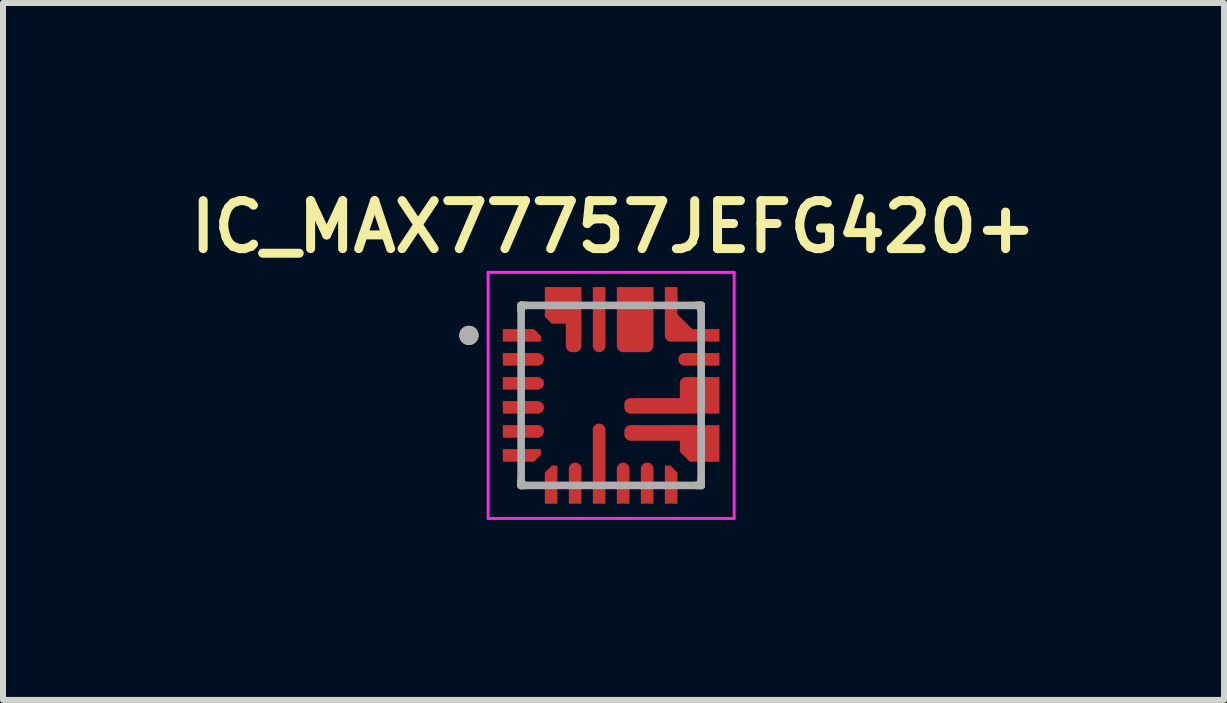
<source format=kicad_pcb>
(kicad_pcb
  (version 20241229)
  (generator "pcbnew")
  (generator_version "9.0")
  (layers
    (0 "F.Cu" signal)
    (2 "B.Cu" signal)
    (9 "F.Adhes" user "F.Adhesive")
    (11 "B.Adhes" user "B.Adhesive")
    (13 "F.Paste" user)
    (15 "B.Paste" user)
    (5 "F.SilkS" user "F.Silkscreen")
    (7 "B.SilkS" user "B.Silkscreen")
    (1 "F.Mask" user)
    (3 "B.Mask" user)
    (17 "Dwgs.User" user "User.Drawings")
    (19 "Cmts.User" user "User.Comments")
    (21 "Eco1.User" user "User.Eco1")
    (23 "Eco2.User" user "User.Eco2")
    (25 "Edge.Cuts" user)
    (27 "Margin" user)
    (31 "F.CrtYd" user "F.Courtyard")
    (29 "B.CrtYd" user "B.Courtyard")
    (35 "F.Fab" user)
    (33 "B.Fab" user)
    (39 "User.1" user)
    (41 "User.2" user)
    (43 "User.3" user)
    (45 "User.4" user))
  (footprint "IC_MAX77757JEFG420+"
    (layer "F.Cu")
    (at 7.134 3.539)
    (property "Reference" "IC_MAX77757JEFG420+" (at 0.04 -2.808 0) (layer "F.SilkS") (effects (font (size 0.8 0.8) (thickness 0.15))))
    (attr through_hole)
    (fp_poly (pts (xy -1.85 -0.85) (xy -1.125 -0.85) (xy -1.125 -1.013) (xy -1.262 -1.15) (xy -1.85 -1.15)) (stroke (width 0.01) (type solid)) (fill yes) (layer "F.Mask"))
    (fp_poly (pts (xy -1.85 0.85) (xy -1.125 0.85) (xy -1.125 1.013) (xy -1.262 1.15) (xy -1.85 1.15)) (stroke (width 0.01) (type solid)) (fill yes) (layer "F.Mask"))
    (fp_poly (pts (xy -0.85 1.85) (xy -0.85 1.125) (xy -1.013 1.125) (xy -1.15 1.262) (xy -1.15 1.85)) (stroke (width 0.01) (type solid)) (fill yes) (layer "F.Mask"))
    (fp_poly (pts (xy 0.85 1.85) (xy 0.85 1.125) (xy 1.013 1.125) (xy 1.15 1.262) (xy 1.15 1.85)) (stroke (width 0.01) (type solid)) (fill yes) (layer "F.Mask"))
    (fp_poly (pts (xy 1.85 -0.85) (xy 1 -0.85) (xy 0.992 -0.85) (xy 0.984 -0.851) (xy 0.977 -0.852) (xy 0.969 -0.853) (xy 0.961 -0.855) (xy 0.954 -0.857) (xy 0.946 -0.86) (xy 0.939 -0.863) (xy 0.932 -0.866) (xy 0.925 -0.87) (xy 0.918 -0.874) (xy 0.912 -0.879) (xy 0.906 -0.883) (xy 0.9 -0.889) (xy 0.894 -0.894) (xy 0.889 -0.9) (xy 0.883 -0.906) (xy 0.879 -0.912) (xy 0.874 -0.918) (xy 0.87 -0.925) (xy 0.866 -0.932) (xy 0.863 -0.939) (xy 0.86 -0.946) (xy 0.857 -0.954) (xy 0.855 -0.961) (xy 0.853 -0.969) (xy 0.852 -0.977) (xy 0.851 -0.984) (xy 0.85 -0.992) (xy 0.85 -1) (xy 0.85 -1.85) (xy 1.15 -1.85) (xy 1.15 -1.375) (xy 1.375 -1.15) (xy 1.85 -1.15) (xy 1.85 -0.85)) (stroke (width 0.01) (type solid)) (fill yes) (layer "F.Mask"))
    (fp_poly (pts (xy -1.85 -0.75) (xy -1.225 -0.75) (xy -1.217 -0.75) (xy -1.209 -0.749) (xy -1.202 -0.748) (xy -1.194 -0.747) (xy -1.186 -0.745) (xy -1.179 -0.743) (xy -1.171 -0.74) (xy -1.164 -0.737) (xy -1.157 -0.734) (xy -1.15 -0.73) (xy -1.143 -0.726) (xy -1.137 -0.721) (xy -1.131 -0.717) (xy -1.125 -0.711) (xy -1.119 -0.706) (xy -1.114 -0.7) (xy -1.108 -0.694) (xy -1.104 -0.688) (xy -1.099 -0.682) (xy -1.095 -0.675) (xy -1.091 -0.668) (xy -1.088 -0.661) (xy -1.085 -0.654) (xy -1.082 -0.646) (xy -1.08 -0.639) (xy -1.078 -0.631) (xy -1.077 -0.623) (xy -1.076 -0.616) (xy -1.075 -0.608) (xy -1.075 -0.6) (xy -1.075 -0.592) (xy -1.076 -0.584) (xy -1.077 -0.577) (xy -1.078 -0.569) (xy -1.08 -0.561) (xy -1.082 -0.554) (xy -1.085 -0.546) (xy -1.088 -0.539) (xy -1.091 -0.532) (xy -1.095 -0.525) (xy -1.099 -0.518) (xy -1.104 -0.512) (xy -1.108 -0.506) (xy -1.114 -0.5) (xy -1.119 -0.494) (xy -1.125 -0.489) (xy -1.131 -0.483) (xy -1.137 -0.479) (xy -1.143 -0.474) (xy -1.15 -0.47) (xy -1.157 -0.466) (xy -1.164 -0.463) (xy -1.171 -0.46) (xy -1.179 -0.457) (xy -1.186 -0.455) (xy -1.194 -0.453) (xy -1.202 -0.452) (xy -1.209 -0.451) (xy -1.217 -0.45) (xy -1.225 -0.45) (xy -1.85 -0.45) (xy -1.85 -0.75)) (stroke (width 0.01) (type solid)) (fill yes) (layer "F.Mask"))
    (fp_poly (pts (xy -1.85 -0.35) (xy -1.225 -0.35) (xy -1.217 -0.35) (xy -1.209 -0.349) (xy -1.202 -0.348) (xy -1.194 -0.347) (xy -1.186 -0.345) (xy -1.179 -0.343) (xy -1.171 -0.34) (xy -1.164 -0.337) (xy -1.157 -0.334) (xy -1.15 -0.33) (xy -1.143 -0.326) (xy -1.137 -0.321) (xy -1.131 -0.317) (xy -1.125 -0.311) (xy -1.119 -0.306) (xy -1.114 -0.3) (xy -1.108 -0.294) (xy -1.104 -0.288) (xy -1.099 -0.282) (xy -1.095 -0.275) (xy -1.091 -0.268) (xy -1.088 -0.261) (xy -1.085 -0.254) (xy -1.082 -0.246) (xy -1.08 -0.239) (xy -1.078 -0.231) (xy -1.077 -0.223) (xy -1.076 -0.216) (xy -1.075 -0.208) (xy -1.075 -0.2) (xy -1.075 -0.192) (xy -1.076 -0.184) (xy -1.077 -0.177) (xy -1.078 -0.169) (xy -1.08 -0.161) (xy -1.082 -0.154) (xy -1.085 -0.146) (xy -1.088 -0.139) (xy -1.091 -0.132) (xy -1.095 -0.125) (xy -1.099 -0.118) (xy -1.104 -0.112) (xy -1.108 -0.106) (xy -1.114 -0.1) (xy -1.119 -0.094) (xy -1.125 -0.089) (xy -1.131 -0.083) (xy -1.137 -0.079) (xy -1.143 -0.074) (xy -1.15 -0.07) (xy -1.157 -0.066) (xy -1.164 -0.063) (xy -1.171 -0.06) (xy -1.179 -0.057) (xy -1.186 -0.055) (xy -1.194 -0.053) (xy -1.202 -0.052) (xy -1.209 -0.051) (xy -1.217 -0.05) (xy -1.225 -0.05) (xy -1.85 -0.05) (xy -1.85 -0.35)) (stroke (width 0.01) (type solid)) (fill yes) (layer "F.Mask"))
    (fp_poly (pts (xy -1.85 0.05) (xy -1.225 0.05) (xy -1.217 0.05) (xy -1.209 0.051) (xy -1.202 0.052) (xy -1.194 0.053) (xy -1.186 0.055) (xy -1.179 0.057) (xy -1.171 0.06) (xy -1.164 0.063) (xy -1.157 0.066) (xy -1.15 0.07) (xy -1.143 0.074) (xy -1.137 0.079) (xy -1.131 0.083) (xy -1.125 0.089) (xy -1.119 0.094) (xy -1.114 0.1) (xy -1.108 0.106) (xy -1.104 0.112) (xy -1.099 0.118) (xy -1.095 0.125) (xy -1.091 0.132) (xy -1.088 0.139) (xy -1.085 0.146) (xy -1.082 0.154) (xy -1.08 0.161) (xy -1.078 0.169) (xy -1.077 0.177) (xy -1.076 0.184) (xy -1.075 0.192) (xy -1.075 0.2) (xy -1.075 0.208) (xy -1.076 0.216) (xy -1.077 0.223) (xy -1.078 0.231) (xy -1.08 0.239) (xy -1.082 0.246) (xy -1.085 0.254) (xy -1.088 0.261) (xy -1.091 0.268) (xy -1.095 0.275) (xy -1.099 0.282) (xy -1.104 0.288) (xy -1.108 0.294) (xy -1.114 0.3) (xy -1.119 0.306) (xy -1.125 0.311) (xy -1.131 0.317) (xy -1.137 0.321) (xy -1.143 0.326) (xy -1.15 0.33) (xy -1.157 0.334) (xy -1.164 0.337) (xy -1.171 0.34) (xy -1.179 0.343) (xy -1.186 0.345) (xy -1.194 0.347) (xy -1.202 0.348) (xy -1.209 0.349) (xy -1.217 0.35) (xy -1.225 0.35) (xy -1.85 0.35) (xy -1.85 0.05)) (stroke (width 0.01) (type solid)) (fill yes) (layer "F.Mask"))
    (fp_poly (pts (xy -1.85 0.45) (xy -1.225 0.45) (xy -1.217 0.45) (xy -1.209 0.451) (xy -1.202 0.452) (xy -1.194 0.453) (xy -1.186 0.455) (xy -1.179 0.457) (xy -1.171 0.46) (xy -1.164 0.463) (xy -1.157 0.466) (xy -1.15 0.47) (xy -1.143 0.474) (xy -1.137 0.479) (xy -1.131 0.483) (xy -1.125 0.489) (xy -1.119 0.494) (xy -1.114 0.5) (xy -1.108 0.506) (xy -1.104 0.512) (xy -1.099 0.518) (xy -1.095 0.525) (xy -1.091 0.532) (xy -1.088 0.539) (xy -1.085 0.546) (xy -1.082 0.554) (xy -1.08 0.561) (xy -1.078 0.569) (xy -1.077 0.577) (xy -1.076 0.584) (xy -1.075 0.592) (xy -1.075 0.6) (xy -1.075 0.608) (xy -1.076 0.616) (xy -1.077 0.623) (xy -1.078 0.631) (xy -1.08 0.639) (xy -1.082 0.646) (xy -1.085 0.654) (xy -1.088 0.661) (xy -1.091 0.668) (xy -1.095 0.675) (xy -1.099 0.682) (xy -1.104 0.688) (xy -1.108 0.694) (xy -1.114 0.7) (xy -1.119 0.706) (xy -1.125 0.711) (xy -1.131 0.717) (xy -1.137 0.721) (xy -1.143 0.726) (xy -1.15 0.73) (xy -1.157 0.734) (xy -1.164 0.737) (xy -1.171 0.74) (xy -1.179 0.743) (xy -1.186 0.745) (xy -1.194 0.747) (xy -1.202 0.748) (xy -1.209 0.749) (xy -1.217 0.75) (xy -1.225 0.75) (xy -1.85 0.75) (xy -1.85 0.45)) (stroke (width 0.01) (type solid)) (fill yes) (layer "F.Mask"))
    (fp_poly (pts (xy -0.75 1.85) (xy -0.75 1.225) (xy -0.75 1.217) (xy -0.749 1.209) (xy -0.748 1.202) (xy -0.747 1.194) (xy -0.745 1.186) (xy -0.743 1.179) (xy -0.74 1.171) (xy -0.737 1.164) (xy -0.734 1.157) (xy -0.73 1.15) (xy -0.726 1.143) (xy -0.721 1.137) (xy -0.717 1.131) (xy -0.711 1.125) (xy -0.706 1.119) (xy -0.7 1.114) (xy -0.694 1.108) (xy -0.688 1.104) (xy -0.682 1.099) (xy -0.675 1.095) (xy -0.668 1.091) (xy -0.661 1.088) (xy -0.654 1.085) (xy -0.646 1.082) (xy -0.639 1.08) (xy -0.631 1.078) (xy -0.623 1.077) (xy -0.616 1.076) (xy -0.608 1.075) (xy -0.6 1.075) (xy -0.592 1.075) (xy -0.584 1.076) (xy -0.577 1.077) (xy -0.569 1.078) (xy -0.561 1.08) (xy -0.554 1.082) (xy -0.546 1.085) (xy -0.539 1.088) (xy -0.532 1.091) (xy -0.525 1.095) (xy -0.518 1.099) (xy -0.512 1.104) (xy -0.506 1.108) (xy -0.5 1.114) (xy -0.494 1.119) (xy -0.489 1.125) (xy -0.483 1.131) (xy -0.479 1.137) (xy -0.474 1.143) (xy -0.47 1.15) (xy -0.466 1.157) (xy -0.463 1.164) (xy -0.46 1.171) (xy -0.457 1.179) (xy -0.455 1.186) (xy -0.453 1.194) (xy -0.452 1.202) (xy -0.451 1.209) (xy -0.45 1.217) (xy -0.45 1.225) (xy -0.45 1.85) (xy -0.75 1.85)) (stroke (width 0.01) (type solid)) (fill yes) (layer "F.Mask"))
    (fp_poly (pts (xy -0.35 1.85) (xy -0.35 0.575) (xy -0.35 0.567) (xy -0.349 0.559) (xy -0.348 0.552) (xy -0.347 0.544) (xy -0.345 0.536) (xy -0.343 0.529) (xy -0.34 0.521) (xy -0.337 0.514) (xy -0.334 0.507) (xy -0.33 0.5) (xy -0.326 0.493) (xy -0.321 0.487) (xy -0.317 0.481) (xy -0.311 0.475) (xy -0.306 0.469) (xy -0.3 0.464) (xy -0.294 0.458) (xy -0.288 0.454) (xy -0.282 0.449) (xy -0.275 0.445) (xy -0.268 0.441) (xy -0.261 0.438) (xy -0.254 0.435) (xy -0.246 0.432) (xy -0.239 0.43) (xy -0.231 0.428) (xy -0.223 0.427) (xy -0.216 0.426) (xy -0.208 0.425) (xy -0.2 0.425) (xy -0.192 0.425) (xy -0.184 0.426) (xy -0.177 0.427) (xy -0.169 0.428) (xy -0.161 0.43) (xy -0.154 0.432) (xy -0.146 0.435) (xy -0.139 0.438) (xy -0.132 0.441) (xy -0.125 0.445) (xy -0.118 0.449) (xy -0.112 0.454) (xy -0.106 0.458) (xy -0.1 0.464) (xy -0.094 0.469) (xy -0.089 0.475) (xy -0.083 0.481) (xy -0.079 0.487) (xy -0.074 0.493) (xy -0.07 0.5) (xy -0.066 0.507) (xy -0.063 0.514) (xy -0.06 0.521) (xy -0.057 0.529) (xy -0.055 0.536) (xy -0.053 0.544) (xy -0.052 0.552) (xy -0.051 0.559) (xy -0.05 0.567) (xy -0.05 0.575) (xy -0.05 1.85) (xy -0.35 1.85)) (stroke (width 0.01) (type solid)) (fill yes) (layer "F.Mask"))
    (fp_poly (pts (xy -0.05 -1.85) (xy -0.05 -0.825) (xy -0.05 -0.817) (xy -0.051 -0.809) (xy -0.052 -0.802) (xy -0.053 -0.794) (xy -0.055 -0.786) (xy -0.057 -0.779) (xy -0.06 -0.771) (xy -0.063 -0.764) (xy -0.066 -0.757) (xy -0.07 -0.75) (xy -0.074 -0.743) (xy -0.079 -0.737) (xy -0.083 -0.731) (xy -0.089 -0.725) (xy -0.094 -0.719) (xy -0.1 -0.714) (xy -0.106 -0.708) (xy -0.112 -0.704) (xy -0.118 -0.699) (xy -0.125 -0.695) (xy -0.132 -0.691) (xy -0.139 -0.688) (xy -0.146 -0.685) (xy -0.154 -0.682) (xy -0.161 -0.68) (xy -0.169 -0.678) (xy -0.177 -0.677) (xy -0.184 -0.676) (xy -0.192 -0.675) (xy -0.2 -0.675) (xy -0.208 -0.675) (xy -0.216 -0.676) (xy -0.223 -0.677) (xy -0.231 -0.678) (xy -0.239 -0.68) (xy -0.246 -0.682) (xy -0.254 -0.685) (xy -0.261 -0.688) (xy -0.268 -0.691) (xy -0.275 -0.695) (xy -0.282 -0.699) (xy -0.288 -0.704) (xy -0.294 -0.708) (xy -0.3 -0.714) (xy -0.306 -0.719) (xy -0.311 -0.725) (xy -0.317 -0.731) (xy -0.321 -0.737) (xy -0.326 -0.743) (xy -0.33 -0.75) (xy -0.334 -0.757) (xy -0.337 -0.764) (xy -0.34 -0.771) (xy -0.343 -0.779) (xy -0.345 -0.786) (xy -0.347 -0.794) (xy -0.348 -0.802) (xy -0.349 -0.809) (xy -0.35 -0.817) (xy -0.35 -0.825) (xy -0.35 -1.85) (xy -0.05 -1.85)) (stroke (width 0.01) (type solid)) (fill yes) (layer "F.Mask"))
    (fp_poly (pts (xy 0.05 1.85) (xy 0.05 1.225) (xy 0.05 1.217) (xy 0.051 1.209) (xy 0.052 1.202) (xy 0.053 1.194) (xy 0.055 1.186) (xy 0.057 1.179) (xy 0.06 1.171) (xy 0.063 1.164) (xy 0.066 1.157) (xy 0.07 1.15) (xy 0.074 1.143) (xy 0.079 1.137) (xy 0.083 1.131) (xy 0.089 1.125) (xy 0.094 1.119) (xy 0.1 1.114) (xy 0.106 1.108) (xy 0.112 1.104) (xy 0.118 1.099) (xy 0.125 1.095) (xy 0.132 1.091) (xy 0.139 1.088) (xy 0.146 1.085) (xy 0.154 1.082) (xy 0.161 1.08) (xy 0.169 1.078) (xy 0.177 1.077) (xy 0.184 1.076) (xy 0.192 1.075) (xy 0.2 1.075) (xy 0.208 1.075) (xy 0.216 1.076) (xy 0.223 1.077) (xy 0.231 1.078) (xy 0.239 1.08) (xy 0.246 1.082) (xy 0.254 1.085) (xy 0.261 1.088) (xy 0.268 1.091) (xy 0.275 1.095) (xy 0.282 1.099) (xy 0.288 1.104) (xy 0.294 1.108) (xy 0.3 1.114) (xy 0.306 1.119) (xy 0.311 1.125) (xy 0.317 1.131) (xy 0.321 1.137) (xy 0.326 1.143) (xy 0.33 1.15) (xy 0.334 1.157) (xy 0.337 1.164) (xy 0.34 1.171) (xy 0.343 1.179) (xy 0.345 1.186) (xy 0.347 1.194) (xy 0.348 1.202) (xy 0.349 1.209) (xy 0.35 1.217) (xy 0.35 1.225) (xy 0.35 1.85) (xy 0.05 1.85)) (stroke (width 0.01) (type solid)) (fill yes) (layer "F.Mask"))
    (fp_poly (pts (xy 0.45 1.85) (xy 0.45 1.225) (xy 0.45 1.217) (xy 0.451 1.209) (xy 0.452 1.202) (xy 0.453 1.194) (xy 0.455 1.186) (xy 0.457 1.179) (xy 0.46 1.171) (xy 0.463 1.164) (xy 0.466 1.157) (xy 0.47 1.15) (xy 0.474 1.143) (xy 0.479 1.137) (xy 0.483 1.131) (xy 0.489 1.125) (xy 0.494 1.119) (xy 0.5 1.114) (xy 0.506 1.108) (xy 0.512 1.104) (xy 0.518 1.099) (xy 0.525 1.095) (xy 0.532 1.091) (xy 0.539 1.088) (xy 0.546 1.085) (xy 0.554 1.082) (xy 0.561 1.08) (xy 0.569 1.078) (xy 0.577 1.077) (xy 0.584 1.076) (xy 0.592 1.075) (xy 0.6 1.075) (xy 0.608 1.075) (xy 0.616 1.076) (xy 0.623 1.077) (xy 0.631 1.078) (xy 0.639 1.08) (xy 0.646 1.082) (xy 0.654 1.085) (xy 0.661 1.088) (xy 0.668 1.091) (xy 0.675 1.095) (xy 0.682 1.099) (xy 0.688 1.104) (xy 0.694 1.108) (xy 0.7 1.114) (xy 0.706 1.119) (xy 0.711 1.125) (xy 0.717 1.131) (xy 0.721 1.137) (xy 0.726 1.143) (xy 0.73 1.15) (xy 0.734 1.157) (xy 0.737 1.164) (xy 0.74 1.171) (xy 0.743 1.179) (xy 0.745 1.186) (xy 0.747 1.194) (xy 0.748 1.202) (xy 0.749 1.209) (xy 0.75 1.217) (xy 0.75 1.225) (xy 0.75 1.85) (xy 0.45 1.85)) (stroke (width 0.01) (type solid)) (fill yes) (layer "F.Mask"))
    (fp_poly (pts (xy 1.85 -0.45) (xy 1.225 -0.45) (xy 1.217 -0.45) (xy 1.209 -0.451) (xy 1.202 -0.452) (xy 1.194 -0.453) (xy 1.186 -0.455) (xy 1.179 -0.457) (xy 1.171 -0.46) (xy 1.164 -0.463) (xy 1.157 -0.466) (xy 1.15 -0.47) (xy 1.143 -0.474) (xy 1.137 -0.479) (xy 1.131 -0.483) (xy 1.125 -0.489) (xy 1.119 -0.494) (xy 1.114 -0.5) (xy 1.108 -0.506) (xy 1.104 -0.512) (xy 1.099 -0.518) (xy 1.095 -0.525) (xy 1.091 -0.532) (xy 1.088 -0.539) (xy 1.085 -0.546) (xy 1.082 -0.554) (xy 1.08 -0.561) (xy 1.078 -0.569) (xy 1.077 -0.577) (xy 1.076 -0.584) (xy 1.075 -0.592) (xy 1.075 -0.6) (xy 1.075 -0.608) (xy 1.076 -0.616) (xy 1.077 -0.623) (xy 1.078 -0.631) (xy 1.08 -0.639) (xy 1.082 -0.646) (xy 1.085 -0.654) (xy 1.088 -0.661) (xy 1.091 -0.668) (xy 1.095 -0.675) (xy 1.099 -0.682) (xy 1.104 -0.688) (xy 1.108 -0.694) (xy 1.114 -0.7) (xy 1.119 -0.706) (xy 1.125 -0.711) (xy 1.131 -0.717) (xy 1.137 -0.721) (xy 1.143 -0.726) (xy 1.15 -0.73) (xy 1.157 -0.734) (xy 1.164 -0.737) (xy 1.171 -0.74) (xy 1.179 -0.743) (xy 1.186 -0.745) (xy 1.194 -0.747) (xy 1.202 -0.748) (xy 1.209 -0.749) (xy 1.217 -0.75) (xy 1.225 -0.75) (xy 1.85 -0.75) (xy 1.85 -0.45)) (stroke (width 0.01) (type solid)) (fill yes) (layer "F.Mask"))
    (fp_poly (pts (xy 0.75 -1.85) (xy 0.75 -0.825) (xy 0.75 -0.817) (xy 0.749 -0.809) (xy 0.748 -0.802) (xy 0.747 -0.794) (xy 0.745 -0.786) (xy 0.743 -0.779) (xy 0.74 -0.771) (xy 0.737 -0.764) (xy 0.734 -0.757) (xy 0.73 -0.75) (xy 0.726 -0.743) (xy 0.721 -0.737) (xy 0.717 -0.731) (xy 0.711 -0.725) (xy 0.706 -0.719) (xy 0.7 -0.714) (xy 0.694 -0.708) (xy 0.688 -0.704) (xy 0.682 -0.699) (xy 0.675 -0.695) (xy 0.668 -0.691) (xy 0.661 -0.688) (xy 0.654 -0.685) (xy 0.646 -0.682) (xy 0.639 -0.68) (xy 0.631 -0.678) (xy 0.623 -0.677) (xy 0.616 -0.676) (xy 0.608 -0.675) (xy 0.6 -0.675) (xy 0.2 -0.675) (xy 0.192 -0.675) (xy 0.184 -0.676) (xy 0.177 -0.677) (xy 0.169 -0.678) (xy 0.161 -0.68) (xy 0.154 -0.682) (xy 0.146 -0.685) (xy 0.139 -0.688) (xy 0.132 -0.691) (xy 0.125 -0.695) (xy 0.118 -0.699) (xy 0.112 -0.704) (xy 0.106 -0.708) (xy 0.1 -0.714) (xy 0.094 -0.719) (xy 0.089 -0.725) (xy 0.083 -0.731) (xy 0.079 -0.737) (xy 0.074 -0.743) (xy 0.07 -0.75) (xy 0.066 -0.757) (xy 0.063 -0.764) (xy 0.06 -0.771) (xy 0.057 -0.779) (xy 0.055 -0.786) (xy 0.053 -0.794) (xy 0.052 -0.802) (xy 0.051 -0.809) (xy 0.05 -0.817) (xy 0.05 -0.825) (xy 0.05 -1.85) (xy 0.75 -1.85)) (stroke (width 0.01) (type solid)) (fill yes) (layer "F.Mask"))
    (fp_poly (pts (xy -0.45 -1.85) (xy -0.45 -0.825) (xy -0.45 -0.817) (xy -0.451 -0.809) (xy -0.452 -0.802) (xy -0.453 -0.794) (xy -0.455 -0.786) (xy -0.457 -0.779) (xy -0.46 -0.771) (xy -0.463 -0.764) (xy -0.466 -0.757) (xy -0.47 -0.75) (xy -0.474 -0.743) (xy -0.479 -0.737) (xy -0.483 -0.731) (xy -0.489 -0.725) (xy -0.494 -0.719) (xy -0.5 -0.714) (xy -0.506 -0.708) (xy -0.512 -0.704) (xy -0.518 -0.699) (xy -0.525 -0.695) (xy -0.532 -0.691) (xy -0.539 -0.688) (xy -0.546 -0.685) (xy -0.554 -0.682) (xy -0.561 -0.68) (xy -0.569 -0.678) (xy -0.577 -0.677) (xy -0.584 -0.676) (xy -0.592 -0.675) (xy -0.6 -0.675) (xy -0.65 -0.675) (xy -0.658 -0.675) (xy -0.666 -0.676) (xy -0.673 -0.677) (xy -0.681 -0.678) (xy -0.689 -0.68) (xy -0.696 -0.682) (xy -0.704 -0.685) (xy -0.711 -0.688) (xy -0.718 -0.691) (xy -0.725 -0.695) (xy -0.732 -0.699) (xy -0.738 -0.704) (xy -0.744 -0.708) (xy -0.75 -0.714) (xy -0.756 -0.719) (xy -0.761 -0.725) (xy -0.767 -0.731) (xy -0.771 -0.737) (xy -0.776 -0.743) (xy -0.78 -0.75) (xy -0.784 -0.757) (xy -0.787 -0.764) (xy -0.79 -0.771) (xy -0.793 -0.779) (xy -0.795 -0.786) (xy -0.797 -0.794) (xy -0.798 -0.802) (xy -0.799 -0.809) (xy -0.8 -0.817) (xy -0.8 -0.825) (xy -0.8 -1.15) (xy -1.013 -1.15) (xy -1.15 -1.287) (xy -1.15 -1.85) (xy -0.45 -1.85)) (stroke (width 0.01) (type solid)) (fill yes) (layer "F.Mask"))
    (fp_poly (pts (xy 1.85 1.15) (xy 1.287 1.15) (xy 1.1 0.963) (xy 1.1 0.8) (xy 0.325 0.8) (xy 0.317 0.8) (xy 0.309 0.799) (xy 0.302 0.798) (xy 0.294 0.797) (xy 0.286 0.795) (xy 0.279 0.793) (xy 0.271 0.79) (xy 0.264 0.787) (xy 0.257 0.784) (xy 0.25 0.78) (xy 0.243 0.776) (xy 0.237 0.771) (xy 0.231 0.767) (xy 0.225 0.761) (xy 0.219 0.756) (xy 0.214 0.75) (xy 0.208 0.744) (xy 0.204 0.738) (xy 0.199 0.732) (xy 0.195 0.725) (xy 0.191 0.718) (xy 0.188 0.711) (xy 0.185 0.704) (xy 0.182 0.696) (xy 0.18 0.689) (xy 0.178 0.681) (xy 0.177 0.673) (xy 0.176 0.666) (xy 0.175 0.658) (xy 0.175 0.65) (xy 0.175 0.6) (xy 0.175 0.592) (xy 0.176 0.584) (xy 0.177 0.577) (xy 0.178 0.569) (xy 0.18 0.561) (xy 0.182 0.554) (xy 0.185 0.546) (xy 0.188 0.539) (xy 0.191 0.532) (xy 0.195 0.525) (xy 0.199 0.518) (xy 0.204 0.512) (xy 0.208 0.506) (xy 0.214 0.5) (xy 0.219 0.494) (xy 0.225 0.489) (xy 0.231 0.483) (xy 0.237 0.479) (xy 0.243 0.474) (xy 0.25 0.47) (xy 0.257 0.466) (xy 0.264 0.463) (xy 0.271 0.46) (xy 0.279 0.457) (xy 0.286 0.455) (xy 0.294 0.453) (xy 0.302 0.452) (xy 0.309 0.451) (xy 0.317 0.45) (xy 0.325 0.45) (xy 1.85 0.45) (xy 1.85 1.15)) (stroke (width 0.01) (type solid)) (fill yes) (layer "F.Mask"))
    (fp_poly (pts (xy 1.85 0.35) (xy 0.325 0.35) (xy 0.317 0.35) (xy 0.309 0.349) (xy 0.302 0.348) (xy 0.294 0.347) (xy 0.286 0.345) (xy 0.279 0.343) (xy 0.271 0.34) (xy 0.264 0.337) (xy 0.257 0.334) (xy 0.25 0.33) (xy 0.243 0.326) (xy 0.237 0.321) (xy 0.231 0.317) (xy 0.225 0.311) (xy 0.219 0.306) (xy 0.214 0.3) (xy 0.208 0.294) (xy 0.204 0.288) (xy 0.199 0.282) (xy 0.195 0.275) (xy 0.191 0.268) (xy 0.188 0.261) (xy 0.185 0.254) (xy 0.182 0.246) (xy 0.18 0.239) (xy 0.178 0.231) (xy 0.177 0.223) (xy 0.176 0.216) (xy 0.175 0.208) (xy 0.175 0.2) (xy 0.175 0.15) (xy 0.175 0.142) (xy 0.176 0.134) (xy 0.177 0.127) (xy 0.178 0.119) (xy 0.18 0.111) (xy 0.182 0.104) (xy 0.185 0.096) (xy 0.188 0.089) (xy 0.191 0.082) (xy 0.195 0.075) (xy 0.199 0.068) (xy 0.204 0.062) (xy 0.208 0.056) (xy 0.214 0.05) (xy 0.219 0.044) (xy 0.225 0.039) (xy 0.231 0.033) (xy 0.237 0.029) (xy 0.243 0.024) (xy 0.25 0.02) (xy 0.257 0.016) (xy 0.264 0.013) (xy 0.271 0.01) (xy 0.279 0.007) (xy 0.286 0.005) (xy 0.294 0.003) (xy 0.302 0.002) (xy 0.309 0.001) (xy 0.317 0) (xy 0.325 0) (xy 1.1 0) (xy 1.1 -0.2) (xy 1.1 -0.208) (xy 1.101 -0.216) (xy 1.102 -0.223) (xy 1.103 -0.231) (xy 1.105 -0.239) (xy 1.107 -0.246) (xy 1.11 -0.254) (xy 1.113 -0.261) (xy 1.116 -0.268) (xy 1.12 -0.275) (xy 1.124 -0.282) (xy 1.129 -0.288) (xy 1.133 -0.294) (xy 1.139 -0.3) (xy 1.144 -0.306) (xy 1.15 -0.311) (xy 1.156 -0.317) (xy 1.162 -0.321) (xy 1.168 -0.326) (xy 1.175 -0.33) (xy 1.182 -0.334) (xy 1.189 -0.337) (xy 1.196 -0.34) (xy 1.204 -0.343) (xy 1.211 -0.345) (xy 1.219 -0.347) (xy 1.227 -0.348) (xy 1.234 -0.349) (xy 1.242 -0.35) (xy 1.25 -0.35) (xy 1.85 -0.35) (xy 1.85 0.35)) (stroke (width 0.01) (type solid)) (fill yes) (layer "F.Mask"))
    (fp_line (start -1.5 -1.5) (end -1.5 -1.42) (stroke (width 0.127) (type solid)) (layer "F.SilkS"))
    (fp_line (start -1.5 -1.5) (end -1.42 -1.5) (stroke (width 0.127) (type solid)) (layer "F.SilkS"))
    (fp_line (start -1.5 1.5) (end -1.5 1.42) (stroke (width 0.127) (type solid)) (layer "F.SilkS"))
    (fp_line (start -1.5 1.5) (end -1.42 1.5) (stroke (width 0.127) (type solid)) (layer "F.SilkS"))
    (fp_line (start 1.5 -1.5) (end 1.42 -1.5) (stroke (width 0.127) (type solid)) (layer "F.SilkS"))
    (fp_line (start 1.5 -1.5) (end 1.5 -1.42) (stroke (width 0.127) (type solid)) (layer "F.SilkS"))
    (fp_line (start 1.5 1.5) (end 1.42 1.5) (stroke (width 0.127) (type solid)) (layer "F.SilkS"))
    (fp_line (start 1.5 1.5) (end 1.5 1.42) (stroke (width 0.127) (type solid)) (layer "F.SilkS"))
    (fp_circle (center -2.37 -1) (end -2.29 -1) (stroke (width 0.16) (type solid)) (fill no) (layer "F.SilkS"))
    (fp_poly (pts (xy -1.8 -0.9) (xy -1.175 -0.9) (xy -1.175 -0.988) (xy -1.287 -1.1) (xy -1.8 -1.1)) (stroke (width 0.01) (type solid)) (fill yes) (layer "F.Paste"))
    (fp_poly (pts (xy -1.8 0.9) (xy -1.175 0.9) (xy -1.175 0.988) (xy -1.287 1.1) (xy -1.8 1.1)) (stroke (width 0.01) (type solid)) (fill yes) (layer "F.Paste"))
    (fp_poly (pts (xy -0.9 1.8) (xy -0.9 1.175) (xy -0.988 1.175) (xy -1.1 1.287) (xy -1.1 1.8)) (stroke (width 0.01) (type solid)) (fill yes) (layer "F.Paste"))
    (fp_poly (pts (xy 0.9 1.8) (xy 0.9 1.175) (xy 0.988 1.175) (xy 1.1 1.287) (xy 1.1 1.8)) (stroke (width 0.01) (type solid)) (fill yes) (layer "F.Paste"))
    (fp_poly (pts (xy 1.8 -0.9) (xy 1 -0.9) (xy 0.995 -0.9) (xy 0.99 -0.901) (xy 0.984 -0.901) (xy 0.979 -0.902) (xy 0.974 -0.903) (xy 0.969 -0.905) (xy 0.964 -0.907) (xy 0.959 -0.909) (xy 0.955 -0.911) (xy 0.95 -0.913) (xy 0.946 -0.916) (xy 0.941 -0.919) (xy 0.937 -0.922) (xy 0.933 -0.926) (xy 0.929 -0.929) (xy 0.926 -0.933) (xy 0.922 -0.937) (xy 0.919 -0.941) (xy 0.916 -0.946) (xy 0.913 -0.95) (xy 0.911 -0.955) (xy 0.909 -0.959) (xy 0.907 -0.964) (xy 0.905 -0.969) (xy 0.903 -0.974) (xy 0.902 -0.979) (xy 0.901 -0.984) (xy 0.901 -0.99) (xy 0.9 -0.995) (xy 0.9 -1) (xy 0.9 -1.8) (xy 1.1 -1.8) (xy 1.1 -1.35) (xy 1.35 -1.1) (xy 1.8 -1.1) (xy 1.8 -0.9)) (stroke (width 0.01) (type solid)) (fill yes) (layer "F.Paste"))
    (fp_poly (pts (xy -1.8 -0.7) (xy -1.225 -0.7) (xy -1.22 -0.7) (xy -1.215 -0.699) (xy -1.209 -0.699) (xy -1.204 -0.698) (xy -1.199 -0.697) (xy -1.194 -0.695) (xy -1.189 -0.693) (xy -1.184 -0.691) (xy -1.18 -0.689) (xy -1.175 -0.687) (xy -1.171 -0.684) (xy -1.166 -0.681) (xy -1.162 -0.678) (xy -1.158 -0.674) (xy -1.154 -0.671) (xy -1.151 -0.667) (xy -1.147 -0.663) (xy -1.144 -0.659) (xy -1.141 -0.654) (xy -1.138 -0.65) (xy -1.136 -0.645) (xy -1.134 -0.641) (xy -1.132 -0.636) (xy -1.13 -0.631) (xy -1.128 -0.626) (xy -1.127 -0.621) (xy -1.126 -0.616) (xy -1.126 -0.61) (xy -1.125 -0.605) (xy -1.125 -0.6) (xy -1.125 -0.595) (xy -1.126 -0.59) (xy -1.126 -0.584) (xy -1.127 -0.579) (xy -1.128 -0.574) (xy -1.13 -0.569) (xy -1.132 -0.564) (xy -1.134 -0.559) (xy -1.136 -0.555) (xy -1.138 -0.55) (xy -1.141 -0.546) (xy -1.144 -0.541) (xy -1.147 -0.537) (xy -1.151 -0.533) (xy -1.154 -0.529) (xy -1.158 -0.526) (xy -1.162 -0.522) (xy -1.166 -0.519) (xy -1.171 -0.516) (xy -1.175 -0.513) (xy -1.18 -0.511) (xy -1.184 -0.509) (xy -1.189 -0.507) (xy -1.194 -0.505) (xy -1.199 -0.503) (xy -1.204 -0.502) (xy -1.209 -0.501) (xy -1.215 -0.501) (xy -1.22 -0.5) (xy -1.225 -0.5) (xy -1.8 -0.5) (xy -1.8 -0.7)) (stroke (width 0.01) (type solid)) (fill yes) (layer "F.Paste"))
    (fp_poly (pts (xy -1.8 -0.3) (xy -1.225 -0.3) (xy -1.22 -0.3) (xy -1.215 -0.299) (xy -1.209 -0.299) (xy -1.204 -0.298) (xy -1.199 -0.297) (xy -1.194 -0.295) (xy -1.189 -0.293) (xy -1.184 -0.291) (xy -1.18 -0.289) (xy -1.175 -0.287) (xy -1.171 -0.284) (xy -1.166 -0.281) (xy -1.162 -0.278) (xy -1.158 -0.274) (xy -1.154 -0.271) (xy -1.151 -0.267) (xy -1.147 -0.263) (xy -1.144 -0.259) (xy -1.141 -0.254) (xy -1.138 -0.25) (xy -1.136 -0.245) (xy -1.134 -0.241) (xy -1.132 -0.236) (xy -1.13 -0.231) (xy -1.128 -0.226) (xy -1.127 -0.221) (xy -1.126 -0.216) (xy -1.126 -0.21) (xy -1.125 -0.205) (xy -1.125 -0.2) (xy -1.125 -0.195) (xy -1.126 -0.19) (xy -1.126 -0.184) (xy -1.127 -0.179) (xy -1.128 -0.174) (xy -1.13 -0.169) (xy -1.132 -0.164) (xy -1.134 -0.159) (xy -1.136 -0.155) (xy -1.138 -0.15) (xy -1.141 -0.146) (xy -1.144 -0.141) (xy -1.147 -0.137) (xy -1.151 -0.133) (xy -1.154 -0.129) (xy -1.158 -0.126) (xy -1.162 -0.122) (xy -1.166 -0.119) (xy -1.171 -0.116) (xy -1.175 -0.113) (xy -1.18 -0.111) (xy -1.184 -0.109) (xy -1.189 -0.107) (xy -1.194 -0.105) (xy -1.199 -0.103) (xy -1.204 -0.102) (xy -1.209 -0.101) (xy -1.215 -0.101) (xy -1.22 -0.1) (xy -1.225 -0.1) (xy -1.8 -0.1) (xy -1.8 -0.3)) (stroke (width 0.01) (type solid)) (fill yes) (layer "F.Paste"))
    (fp_poly (pts (xy -1.8 0.1) (xy -1.225 0.1) (xy -1.22 0.1) (xy -1.215 0.101) (xy -1.209 0.101) (xy -1.204 0.102) (xy -1.199 0.103) (xy -1.194 0.105) (xy -1.189 0.107) (xy -1.184 0.109) (xy -1.18 0.111) (xy -1.175 0.113) (xy -1.171 0.116) (xy -1.166 0.119) (xy -1.162 0.122) (xy -1.158 0.126) (xy -1.154 0.129) (xy -1.151 0.133) (xy -1.147 0.137) (xy -1.144 0.141) (xy -1.141 0.146) (xy -1.138 0.15) (xy -1.136 0.155) (xy -1.134 0.159) (xy -1.132 0.164) (xy -1.13 0.169) (xy -1.128 0.174) (xy -1.127 0.179) (xy -1.126 0.184) (xy -1.126 0.19) (xy -1.125 0.195) (xy -1.125 0.2) (xy -1.125 0.205) (xy -1.126 0.21) (xy -1.126 0.216) (xy -1.127 0.221) (xy -1.128 0.226) (xy -1.13 0.231) (xy -1.132 0.236) (xy -1.134 0.241) (xy -1.136 0.245) (xy -1.138 0.25) (xy -1.141 0.254) (xy -1.144 0.259) (xy -1.147 0.263) (xy -1.151 0.267) (xy -1.154 0.271) (xy -1.158 0.274) (xy -1.162 0.278) (xy -1.166 0.281) (xy -1.171 0.284) (xy -1.175 0.287) (xy -1.18 0.289) (xy -1.184 0.291) (xy -1.189 0.293) (xy -1.194 0.295) (xy -1.199 0.297) (xy -1.204 0.298) (xy -1.209 0.299) (xy -1.215 0.299) (xy -1.22 0.3) (xy -1.225 0.3) (xy -1.8 0.3) (xy -1.8 0.1)) (stroke (width 0.01) (type solid)) (fill yes) (layer "F.Paste"))
    (fp_poly (pts (xy -1.8 0.5) (xy -1.225 0.5) (xy -1.22 0.5) (xy -1.215 0.501) (xy -1.209 0.501) (xy -1.204 0.502) (xy -1.199 0.503) (xy -1.194 0.505) (xy -1.189 0.507) (xy -1.184 0.509) (xy -1.18 0.511) (xy -1.175 0.513) (xy -1.171 0.516) (xy -1.166 0.519) (xy -1.162 0.522) (xy -1.158 0.526) (xy -1.154 0.529) (xy -1.151 0.533) (xy -1.147 0.537) (xy -1.144 0.541) (xy -1.141 0.546) (xy -1.138 0.55) (xy -1.136 0.555) (xy -1.134 0.559) (xy -1.132 0.564) (xy -1.13 0.569) (xy -1.128 0.574) (xy -1.127 0.579) (xy -1.126 0.584) (xy -1.126 0.59) (xy -1.125 0.595) (xy -1.125 0.6) (xy -1.125 0.605) (xy -1.126 0.61) (xy -1.126 0.616) (xy -1.127 0.621) (xy -1.128 0.626) (xy -1.13 0.631) (xy -1.132 0.636) (xy -1.134 0.641) (xy -1.136 0.645) (xy -1.138 0.65) (xy -1.141 0.654) (xy -1.144 0.659) (xy -1.147 0.663) (xy -1.151 0.667) (xy -1.154 0.671) (xy -1.158 0.674) (xy -1.162 0.678) (xy -1.166 0.681) (xy -1.171 0.684) (xy -1.175 0.687) (xy -1.18 0.689) (xy -1.184 0.691) (xy -1.189 0.693) (xy -1.194 0.695) (xy -1.199 0.697) (xy -1.204 0.698) (xy -1.209 0.699) (xy -1.215 0.699) (xy -1.22 0.7) (xy -1.225 0.7) (xy -1.8 0.7) (xy -1.8 0.5)) (stroke (width 0.01) (type solid)) (fill yes) (layer "F.Paste"))
    (fp_poly (pts (xy -0.7 1.8) (xy -0.7 1.225) (xy -0.7 1.22) (xy -0.699 1.215) (xy -0.699 1.209) (xy -0.698 1.204) (xy -0.697 1.199) (xy -0.695 1.194) (xy -0.693 1.189) (xy -0.691 1.184) (xy -0.689 1.18) (xy -0.687 1.175) (xy -0.684 1.171) (xy -0.681 1.166) (xy -0.678 1.162) (xy -0.674 1.158) (xy -0.671 1.154) (xy -0.667 1.151) (xy -0.663 1.147) (xy -0.659 1.144) (xy -0.654 1.141) (xy -0.65 1.138) (xy -0.645 1.136) (xy -0.641 1.134) (xy -0.636 1.132) (xy -0.631 1.13) (xy -0.626 1.128) (xy -0.621 1.127) (xy -0.616 1.126) (xy -0.61 1.126) (xy -0.605 1.125) (xy -0.6 1.125) (xy -0.595 1.125) (xy -0.59 1.126) (xy -0.584 1.126) (xy -0.579 1.127) (xy -0.574 1.128) (xy -0.569 1.13) (xy -0.564 1.132) (xy -0.559 1.134) (xy -0.555 1.136) (xy -0.55 1.138) (xy -0.546 1.141) (xy -0.541 1.144) (xy -0.537 1.147) (xy -0.533 1.151) (xy -0.529 1.154) (xy -0.526 1.158) (xy -0.522 1.162) (xy -0.519 1.166) (xy -0.516 1.171) (xy -0.513 1.175) (xy -0.511 1.18) (xy -0.509 1.184) (xy -0.507 1.189) (xy -0.505 1.194) (xy -0.503 1.199) (xy -0.502 1.204) (xy -0.501 1.209) (xy -0.501 1.215) (xy -0.5 1.22) (xy -0.5 1.225) (xy -0.5 1.8) (xy -0.7 1.8)) (stroke (width 0.01) (type solid)) (fill yes) (layer "F.Paste"))
    (fp_poly (pts (xy -0.3 1.8) (xy -0.3 0.575) (xy -0.3 0.57) (xy -0.299 0.565) (xy -0.299 0.559) (xy -0.298 0.554) (xy -0.297 0.549) (xy -0.295 0.544) (xy -0.293 0.539) (xy -0.291 0.534) (xy -0.289 0.53) (xy -0.287 0.525) (xy -0.284 0.521) (xy -0.281 0.516) (xy -0.278 0.512) (xy -0.274 0.508) (xy -0.271 0.504) (xy -0.267 0.501) (xy -0.263 0.497) (xy -0.259 0.494) (xy -0.254 0.491) (xy -0.25 0.488) (xy -0.245 0.486) (xy -0.241 0.484) (xy -0.236 0.482) (xy -0.231 0.48) (xy -0.226 0.478) (xy -0.221 0.477) (xy -0.216 0.476) (xy -0.21 0.476) (xy -0.205 0.475) (xy -0.2 0.475) (xy -0.195 0.475) (xy -0.19 0.476) (xy -0.184 0.476) (xy -0.179 0.477) (xy -0.174 0.478) (xy -0.169 0.48) (xy -0.164 0.482) (xy -0.159 0.484) (xy -0.155 0.486) (xy -0.15 0.488) (xy -0.146 0.491) (xy -0.141 0.494) (xy -0.137 0.497) (xy -0.133 0.501) (xy -0.129 0.504) (xy -0.126 0.508) (xy -0.122 0.512) (xy -0.119 0.516) (xy -0.116 0.521) (xy -0.113 0.525) (xy -0.111 0.53) (xy -0.109 0.534) (xy -0.107 0.539) (xy -0.105 0.544) (xy -0.103 0.549) (xy -0.102 0.554) (xy -0.101 0.559) (xy -0.101 0.565) (xy -0.1 0.57) (xy -0.1 0.575) (xy -0.1 1.8) (xy -0.3 1.8)) (stroke (width 0.01) (type solid)) (fill yes) (layer "F.Paste"))
    (fp_poly (pts (xy -0.1 -1.8) (xy -0.1 -0.825) (xy -0.1 -0.82) (xy -0.101 -0.815) (xy -0.101 -0.809) (xy -0.102 -0.804) (xy -0.103 -0.799) (xy -0.105 -0.794) (xy -0.107 -0.789) (xy -0.109 -0.784) (xy -0.111 -0.78) (xy -0.113 -0.775) (xy -0.116 -0.771) (xy -0.119 -0.766) (xy -0.122 -0.762) (xy -0.126 -0.758) (xy -0.129 -0.754) (xy -0.133 -0.751) (xy -0.137 -0.747) (xy -0.141 -0.744) (xy -0.146 -0.741) (xy -0.15 -0.738) (xy -0.155 -0.736) (xy -0.159 -0.734) (xy -0.164 -0.732) (xy -0.169 -0.73) (xy -0.174 -0.728) (xy -0.179 -0.727) (xy -0.184 -0.726) (xy -0.19 -0.726) (xy -0.195 -0.725) (xy -0.2 -0.725) (xy -0.205 -0.725) (xy -0.21 -0.726) (xy -0.216 -0.726) (xy -0.221 -0.727) (xy -0.226 -0.728) (xy -0.231 -0.73) (xy -0.236 -0.732) (xy -0.241 -0.734) (xy -0.245 -0.736) (xy -0.25 -0.738) (xy -0.254 -0.741) (xy -0.259 -0.744) (xy -0.263 -0.747) (xy -0.267 -0.751) (xy -0.271 -0.754) (xy -0.274 -0.758) (xy -0.278 -0.762) (xy -0.281 -0.766) (xy -0.284 -0.771) (xy -0.287 -0.775) (xy -0.289 -0.78) (xy -0.291 -0.784) (xy -0.293 -0.789) (xy -0.295 -0.794) (xy -0.297 -0.799) (xy -0.298 -0.804) (xy -0.299 -0.809) (xy -0.299 -0.815) (xy -0.3 -0.82) (xy -0.3 -0.825) (xy -0.3 -1.8) (xy -0.1 -1.8)) (stroke (width 0.01) (type solid)) (fill yes) (layer "F.Paste"))
    (fp_poly (pts (xy 0.1 1.8) (xy 0.1 1.225) (xy 0.1 1.22) (xy 0.101 1.215) (xy 0.101 1.209) (xy 0.102 1.204) (xy 0.103 1.199) (xy 0.105 1.194) (xy 0.107 1.189) (xy 0.109 1.184) (xy 0.111 1.18) (xy 0.113 1.175) (xy 0.116 1.171) (xy 0.119 1.166) (xy 0.122 1.162) (xy 0.126 1.158) (xy 0.129 1.154) (xy 0.133 1.151) (xy 0.137 1.147) (xy 0.141 1.144) (xy 0.146 1.141) (xy 0.15 1.138) (xy 0.155 1.136) (xy 0.159 1.134) (xy 0.164 1.132) (xy 0.169 1.13) (xy 0.174 1.128) (xy 0.179 1.127) (xy 0.184 1.126) (xy 0.19 1.126) (xy 0.195 1.125) (xy 0.2 1.125) (xy 0.205 1.125) (xy 0.21 1.126) (xy 0.216 1.126) (xy 0.221 1.127) (xy 0.226 1.128) (xy 0.231 1.13) (xy 0.236 1.132) (xy 0.241 1.134) (xy 0.245 1.136) (xy 0.25 1.138) (xy 0.254 1.141) (xy 0.259 1.144) (xy 0.263 1.147) (xy 0.267 1.151) (xy 0.271 1.154) (xy 0.274 1.158) (xy 0.278 1.162) (xy 0.281 1.166) (xy 0.284 1.171) (xy 0.287 1.175) (xy 0.289 1.18) (xy 0.291 1.184) (xy 0.293 1.189) (xy 0.295 1.194) (xy 0.297 1.199) (xy 0.298 1.204) (xy 0.299 1.209) (xy 0.299 1.215) (xy 0.3 1.22) (xy 0.3 1.225) (xy 0.3 1.8) (xy 0.1 1.8)) (stroke (width 0.01) (type solid)) (fill yes) (layer "F.Paste"))
    (fp_poly (pts (xy 0.5 1.8) (xy 0.5 1.225) (xy 0.5 1.22) (xy 0.501 1.215) (xy 0.501 1.209) (xy 0.502 1.204) (xy 0.503 1.199) (xy 0.505 1.194) (xy 0.507 1.189) (xy 0.509 1.184) (xy 0.511 1.18) (xy 0.513 1.175) (xy 0.516 1.171) (xy 0.519 1.166) (xy 0.522 1.162) (xy 0.526 1.158) (xy 0.529 1.154) (xy 0.533 1.151) (xy 0.537 1.147) (xy 0.541 1.144) (xy 0.546 1.141) (xy 0.55 1.138) (xy 0.555 1.136) (xy 0.559 1.134) (xy 0.564 1.132) (xy 0.569 1.13) (xy 0.574 1.128) (xy 0.579 1.127) (xy 0.584 1.126) (xy 0.59 1.126) (xy 0.595 1.125) (xy 0.6 1.125) (xy 0.605 1.125) (xy 0.61 1.126) (xy 0.616 1.126) (xy 0.621 1.127) (xy 0.626 1.128) (xy 0.631 1.13) (xy 0.636 1.132) (xy 0.641 1.134) (xy 0.645 1.136) (xy 0.65 1.138) (xy 0.654 1.141) (xy 0.659 1.144) (xy 0.663 1.147) (xy 0.667 1.151) (xy 0.671 1.154) (xy 0.674 1.158) (xy 0.678 1.162) (xy 0.681 1.166) (xy 0.684 1.171) (xy 0.687 1.175) (xy 0.689 1.18) (xy 0.691 1.184) (xy 0.693 1.189) (xy 0.695 1.194) (xy 0.697 1.199) (xy 0.698 1.204) (xy 0.699 1.209) (xy 0.699 1.215) (xy 0.7 1.22) (xy 0.7 1.225) (xy 0.7 1.8) (xy 0.5 1.8)) (stroke (width 0.01) (type solid)) (fill yes) (layer "F.Paste"))
    (fp_poly (pts (xy 1.8 -0.5) (xy 1.225 -0.5) (xy 1.22 -0.5) (xy 1.215 -0.501) (xy 1.209 -0.501) (xy 1.204 -0.502) (xy 1.199 -0.503) (xy 1.194 -0.505) (xy 1.189 -0.507) (xy 1.184 -0.509) (xy 1.18 -0.511) (xy 1.175 -0.513) (xy 1.171 -0.516) (xy 1.166 -0.519) (xy 1.162 -0.522) (xy 1.158 -0.526) (xy 1.154 -0.529) (xy 1.151 -0.533) (xy 1.147 -0.537) (xy 1.144 -0.541) (xy 1.141 -0.546) (xy 1.138 -0.55) (xy 1.136 -0.555) (xy 1.134 -0.559) (xy 1.132 -0.564) (xy 1.13 -0.569) (xy 1.128 -0.574) (xy 1.127 -0.579) (xy 1.126 -0.584) (xy 1.126 -0.59) (xy 1.125 -0.595) (xy 1.125 -0.6) (xy 1.125 -0.605) (xy 1.126 -0.61) (xy 1.126 -0.616) (xy 1.127 -0.621) (xy 1.128 -0.626) (xy 1.13 -0.631) (xy 1.132 -0.636) (xy 1.134 -0.641) (xy 1.136 -0.645) (xy 1.138 -0.65) (xy 1.141 -0.654) (xy 1.144 -0.659) (xy 1.147 -0.663) (xy 1.151 -0.667) (xy 1.154 -0.671) (xy 1.158 -0.674) (xy 1.162 -0.678) (xy 1.166 -0.681) (xy 1.171 -0.684) (xy 1.175 -0.687) (xy 1.18 -0.689) (xy 1.184 -0.691) (xy 1.189 -0.693) (xy 1.194 -0.695) (xy 1.199 -0.697) (xy 1.204 -0.698) (xy 1.209 -0.699) (xy 1.215 -0.699) (xy 1.22 -0.7) (xy 1.225 -0.7) (xy 1.8 -0.7) (xy 1.8 -0.5)) (stroke (width 0.01) (type solid)) (fill yes) (layer "F.Paste"))
    (fp_poly (pts (xy 0.7 -1.8) (xy 0.7 -0.825) (xy 0.7 -0.82) (xy 0.699 -0.815) (xy 0.699 -0.809) (xy 0.698 -0.804) (xy 0.697 -0.799) (xy 0.695 -0.794) (xy 0.693 -0.789) (xy 0.691 -0.784) (xy 0.689 -0.78) (xy 0.687 -0.775) (xy 0.684 -0.771) (xy 0.681 -0.766) (xy 0.678 -0.762) (xy 0.674 -0.758) (xy 0.671 -0.754) (xy 0.667 -0.751) (xy 0.663 -0.747) (xy 0.659 -0.744) (xy 0.654 -0.741) (xy 0.65 -0.738) (xy 0.645 -0.736) (xy 0.641 -0.734) (xy 0.636 -0.732) (xy 0.631 -0.73) (xy 0.626 -0.728) (xy 0.621 -0.727) (xy 0.616 -0.726) (xy 0.61 -0.726) (xy 0.605 -0.725) (xy 0.6 -0.725) (xy 0.2 -0.725) (xy 0.195 -0.725) (xy 0.19 -0.726) (xy 0.184 -0.726) (xy 0.179 -0.727) (xy 0.174 -0.728) (xy 0.169 -0.73) (xy 0.164 -0.732) (xy 0.159 -0.734) (xy 0.155 -0.736) (xy 0.15 -0.738) (xy 0.146 -0.741) (xy 0.141 -0.744) (xy 0.137 -0.747) (xy 0.133 -0.751) (xy 0.129 -0.754) (xy 0.126 -0.758) (xy 0.122 -0.762) (xy 0.119 -0.766) (xy 0.116 -0.771) (xy 0.113 -0.775) (xy 0.111 -0.78) (xy 0.109 -0.784) (xy 0.107 -0.789) (xy 0.105 -0.794) (xy 0.103 -0.799) (xy 0.102 -0.804) (xy 0.101 -0.809) (xy 0.101 -0.815) (xy 0.1 -0.82) (xy 0.1 -0.825) (xy 0.1 -1.8) (xy 0.7 -1.8)) (stroke (width 0.01) (type solid)) (fill yes) (layer "F.Paste"))
    (fp_poly (pts (xy -0.5 -1.8) (xy -0.5 -0.825) (xy -0.5 -0.82) (xy -0.501 -0.815) (xy -0.501 -0.809) (xy -0.502 -0.804) (xy -0.503 -0.799) (xy -0.505 -0.794) (xy -0.507 -0.789) (xy -0.509 -0.784) (xy -0.511 -0.78) (xy -0.513 -0.775) (xy -0.516 -0.771) (xy -0.519 -0.766) (xy -0.522 -0.762) (xy -0.526 -0.758) (xy -0.529 -0.754) (xy -0.533 -0.751) (xy -0.537 -0.747) (xy -0.541 -0.744) (xy -0.546 -0.741) (xy -0.55 -0.738) (xy -0.555 -0.736) (xy -0.559 -0.734) (xy -0.564 -0.732) (xy -0.569 -0.73) (xy -0.574 -0.728) (xy -0.579 -0.727) (xy -0.584 -0.726) (xy -0.59 -0.726) (xy -0.595 -0.725) (xy -0.6 -0.725) (xy -0.65 -0.725) (xy -0.655 -0.725) (xy -0.66 -0.726) (xy -0.666 -0.726) (xy -0.671 -0.727) (xy -0.676 -0.728) (xy -0.681 -0.73) (xy -0.686 -0.732) (xy -0.691 -0.734) (xy -0.695 -0.736) (xy -0.7 -0.738) (xy -0.704 -0.741) (xy -0.709 -0.744) (xy -0.713 -0.747) (xy -0.717 -0.751) (xy -0.721 -0.754) (xy -0.724 -0.758) (xy -0.728 -0.762) (xy -0.731 -0.766) (xy -0.734 -0.771) (xy -0.737 -0.775) (xy -0.739 -0.78) (xy -0.741 -0.784) (xy -0.743 -0.789) (xy -0.745 -0.794) (xy -0.747 -0.799) (xy -0.748 -0.804) (xy -0.749 -0.809) (xy -0.749 -0.815) (xy -0.75 -0.82) (xy -0.75 -0.825) (xy -0.75 -1.2) (xy -0.988 -1.2) (xy -1.1 -1.312) (xy -1.1 -1.8) (xy -0.5 -1.8)) (stroke (width 0.01) (type solid)) (fill yes) (layer "F.Paste"))
    (fp_poly (pts (xy 1.8 1.1) (xy 1.312 1.1) (xy 1.15 0.938) (xy 1.15 0.75) (xy 0.325 0.75) (xy 0.32 0.75) (xy 0.315 0.749) (xy 0.309 0.749) (xy 0.304 0.748) (xy 0.299 0.747) (xy 0.294 0.745) (xy 0.289 0.743) (xy 0.284 0.741) (xy 0.28 0.739) (xy 0.275 0.737) (xy 0.271 0.734) (xy 0.266 0.731) (xy 0.262 0.728) (xy 0.258 0.724) (xy 0.254 0.721) (xy 0.251 0.717) (xy 0.247 0.713) (xy 0.244 0.709) (xy 0.241 0.704) (xy 0.238 0.7) (xy 0.236 0.695) (xy 0.234 0.691) (xy 0.232 0.686) (xy 0.23 0.681) (xy 0.228 0.676) (xy 0.227 0.671) (xy 0.226 0.666) (xy 0.226 0.66) (xy 0.225 0.655) (xy 0.225 0.65) (xy 0.225 0.6) (xy 0.225 0.595) (xy 0.226 0.59) (xy 0.226 0.584) (xy 0.227 0.579) (xy 0.228 0.574) (xy 0.23 0.569) (xy 0.232 0.564) (xy 0.234 0.559) (xy 0.236 0.555) (xy 0.238 0.55) (xy 0.241 0.546) (xy 0.244 0.541) (xy 0.247 0.537) (xy 0.251 0.533) (xy 0.254 0.529) (xy 0.258 0.526) (xy 0.262 0.522) (xy 0.266 0.519) (xy 0.271 0.516) (xy 0.275 0.513) (xy 0.28 0.511) (xy 0.284 0.509) (xy 0.289 0.507) (xy 0.294 0.505) (xy 0.299 0.503) (xy 0.304 0.502) (xy 0.309 0.501) (xy 0.315 0.501) (xy 0.32 0.5) (xy 0.325 0.5) (xy 1.8 0.5) (xy 1.8 1.1)) (stroke (width 0.01) (type solid)) (fill yes) (layer "F.Paste"))
    (fp_poly (pts (xy 1.8 0.3) (xy 0.325 0.3) (xy 0.32 0.3) (xy 0.315 0.299) (xy 0.309 0.299) (xy 0.304 0.298) (xy 0.299 0.297) (xy 0.294 0.295) (xy 0.289 0.293) (xy 0.284 0.291) (xy 0.28 0.289) (xy 0.275 0.287) (xy 0.271 0.284) (xy 0.266 0.281) (xy 0.262 0.278) (xy 0.258 0.274) (xy 0.254 0.271) (xy 0.251 0.267) (xy 0.247 0.263) (xy 0.244 0.259) (xy 0.241 0.254) (xy 0.238 0.25) (xy 0.236 0.245) (xy 0.234 0.241) (xy 0.232 0.236) (xy 0.23 0.231) (xy 0.228 0.226) (xy 0.227 0.221) (xy 0.226 0.216) (xy 0.226 0.21) (xy 0.225 0.205) (xy 0.225 0.2) (xy 0.225 0.15) (xy 0.225 0.145) (xy 0.226 0.14) (xy 0.226 0.134) (xy 0.227 0.129) (xy 0.228 0.124) (xy 0.23 0.119) (xy 0.232 0.114) (xy 0.234 0.109) (xy 0.236 0.105) (xy 0.238 0.1) (xy 0.241 0.096) (xy 0.244 0.091) (xy 0.247 0.087) (xy 0.251 0.083) (xy 0.254 0.079) (xy 0.258 0.076) (xy 0.262 0.072) (xy 0.266 0.069) (xy 0.271 0.066) (xy 0.275 0.063) (xy 0.28 0.061) (xy 0.284 0.059) (xy 0.289 0.057) (xy 0.294 0.055) (xy 0.299 0.053) (xy 0.304 0.052) (xy 0.309 0.051) (xy 0.315 0.051) (xy 0.32 0.05) (xy 0.325 0.05) (xy 1.15 0.05) (xy 1.15 -0.2) (xy 1.15 -0.205) (xy 1.151 -0.21) (xy 1.151 -0.216) (xy 1.152 -0.221) (xy 1.153 -0.226) (xy 1.155 -0.231) (xy 1.157 -0.236) (xy 1.159 -0.241) (xy 1.161 -0.245) (xy 1.163 -0.25) (xy 1.166 -0.254) (xy 1.169 -0.259) (xy 1.172 -0.263) (xy 1.176 -0.267) (xy 1.179 -0.271) (xy 1.183 -0.274) (xy 1.187 -0.278) (xy 1.191 -0.281) (xy 1.196 -0.284) (xy 1.2 -0.287) (xy 1.205 -0.289) (xy 1.209 -0.291) (xy 1.214 -0.293) (xy 1.219 -0.295) (xy 1.224 -0.297) (xy 1.229 -0.298) (xy 1.234 -0.299) (xy 1.24 -0.299) (xy 1.245 -0.3) (xy 1.25 -0.3) (xy 1.8 -0.3) (xy 1.8 0.3)) (stroke (width 0.01) (type solid)) (fill yes) (layer "F.Paste"))
    (fp_line (start -2.05 -2.05) (end 2.05 -2.05) (stroke (width 0.05) (type solid)) (layer "F.CrtYd"))
    (fp_line (start -2.05 2.05) (end -2.05 -2.05) (stroke (width 0.05) (type solid)) (layer "F.CrtYd"))
    (fp_line (start -2.05 2.05) (end 2.05 2.05) (stroke (width 0.05) (type solid)) (layer "F.CrtYd"))
    (fp_line (start 2.05 2.05) (end 2.05 -2.05) (stroke (width 0.05) (type solid)) (layer "F.CrtYd"))
    (fp_line (start -1.5 1.5) (end -1.5 -1.5) (stroke (width 0.127) (type solid)) (layer "F.Fab"))
    (fp_line (start 1.5 -1.5) (end -1.5 -1.5) (stroke (width 0.127) (type solid)) (layer "F.Fab"))
    (fp_line (start 1.5 1.5) (end -1.5 1.5) (stroke (width 0.127) (type solid)) (layer "F.Fab"))
    (fp_line (start 1.5 1.5) (end 1.5 -1.5) (stroke (width 0.127) (type solid)) (layer "F.Fab"))
    (fp_circle (center -2.37 -1) (end -2.29 -1) (stroke (width 0.16) (type solid)) (fill no) (layer "F.Fab"))
    (pad "1" smd custom (at -1.5 -1) (size 0.1 0.1) (layers "F.Cu") (options (anchor rect)) (primitives (gr_poly (pts (xy -0.3 0.1) (xy 0.325 0.1) (xy 0.325 0.012) (xy 0.213 -0.1) (xy -0.3 -0.1)) (width 0.01) (fill yes))))
    (pad "2" smd custom (at -1.5 -0.6) (size 0.1 0.1) (layers "F.Cu") (options (anchor rect)) (primitives (gr_poly (pts (xy -0.3 -0.1) (xy 0.275 -0.1) (xy 0.28 -0.1) (xy 0.285 -0.099) (xy 0.291 -0.099) (xy 0.296 -0.098) (xy 0.301 -0.097) (xy 0.306 -0.095) (xy 0.311 -0.093) (xy 0.316 -0.091) (xy 0.32 -0.089) (xy 0.325 -0.087) (xy 0.329 -0.084) (xy 0.334 -0.081) (xy 0.338 -0.078) (xy 0.342 -0.074) (xy 0.346 -0.071) (xy 0.349 -0.067) (xy 0.353 -0.063) (xy 0.356 -0.059) (xy 0.359 -0.054) (xy 0.362 -0.05) (xy 0.364 -0.045) (xy 0.366 -0.041) (xy 0.368 -0.036) (xy 0.37 -0.031) (xy 0.372 -0.026) (xy 0.373 -0.021) (xy 0.374 -0.016) (xy 0.374 -0.01) (xy 0.375 -0.005) (xy 0.375 0) (xy 0.375 0.005) (xy 0.374 0.01) (xy 0.374 0.016) (xy 0.373 0.021) (xy 0.372 0.026) (xy 0.37 0.031) (xy 0.368 0.036) (xy 0.366 0.041) (xy 0.364 0.045) (xy 0.362 0.05) (xy 0.359 0.054) (xy 0.356 0.059) (xy 0.353 0.063) (xy 0.349 0.067) (xy 0.346 0.071) (xy 0.342 0.074) (xy 0.338 0.078) (xy 0.334 0.081) (xy 0.329 0.084) (xy 0.325 0.087) (xy 0.32 0.089) (xy 0.316 0.091) (xy 0.311 0.093) (xy 0.306 0.095) (xy 0.301 0.097) (xy 0.296 0.098) (xy 0.291 0.099) (xy 0.285 0.099) (xy 0.28 0.1) (xy 0.275 0.1) (xy -0.3 0.1) (xy -0.3 -0.1)) (width 0.01) (fill yes))))
    (pad "3" smd custom (at -1.5 -0.2) (size 0.1 0.1) (layers "F.Cu") (options (anchor rect)) (primitives (gr_poly (pts (xy -0.3 -0.1) (xy 0.275 -0.1) (xy 0.28 -0.1) (xy 0.285 -0.099) (xy 0.291 -0.099) (xy 0.296 -0.098) (xy 0.301 -0.097) (xy 0.306 -0.095) (xy 0.311 -0.093) (xy 0.316 -0.091) (xy 0.32 -0.089) (xy 0.325 -0.087) (xy 0.329 -0.084) (xy 0.334 -0.081) (xy 0.338 -0.078) (xy 0.342 -0.074) (xy 0.346 -0.071) (xy 0.349 -0.067) (xy 0.353 -0.063) (xy 0.356 -0.059) (xy 0.359 -0.054) (xy 0.362 -0.05) (xy 0.364 -0.045) (xy 0.366 -0.041) (xy 0.368 -0.036) (xy 0.37 -0.031) (xy 0.372 -0.026) (xy 0.373 -0.021) (xy 0.374 -0.016) (xy 0.374 -0.01) (xy 0.375 -0.005) (xy 0.375 0) (xy 0.375 0.005) (xy 0.374 0.01) (xy 0.374 0.016) (xy 0.373 0.021) (xy 0.372 0.026) (xy 0.37 0.031) (xy 0.368 0.036) (xy 0.366 0.041) (xy 0.364 0.045) (xy 0.362 0.05) (xy 0.359 0.054) (xy 0.356 0.059) (xy 0.353 0.063) (xy 0.349 0.067) (xy 0.346 0.071) (xy 0.342 0.074) (xy 0.338 0.078) (xy 0.334 0.081) (xy 0.329 0.084) (xy 0.325 0.087) (xy 0.32 0.089) (xy 0.316 0.091) (xy 0.311 0.093) (xy 0.306 0.095) (xy 0.301 0.097) (xy 0.296 0.098) (xy 0.291 0.099) (xy 0.285 0.099) (xy 0.28 0.1) (xy 0.275 0.1) (xy -0.3 0.1) (xy -0.3 -0.1)) (width 0.01) (fill yes))))
    (pad "4" smd custom (at -1.5 0.2) (size 0.1 0.1) (layers "F.Cu") (options (anchor rect)) (primitives (gr_poly (pts (xy -0.3 -0.1) (xy 0.275 -0.1) (xy 0.28 -0.1) (xy 0.285 -0.099) (xy 0.291 -0.099) (xy 0.296 -0.098) (xy 0.301 -0.097) (xy 0.306 -0.095) (xy 0.311 -0.093) (xy 0.316 -0.091) (xy 0.32 -0.089) (xy 0.325 -0.087) (xy 0.329 -0.084) (xy 0.334 -0.081) (xy 0.338 -0.078) (xy 0.342 -0.074) (xy 0.346 -0.071) (xy 0.349 -0.067) (xy 0.353 -0.063) (xy 0.356 -0.059) (xy 0.359 -0.054) (xy 0.362 -0.05) (xy 0.364 -0.045) (xy 0.366 -0.041) (xy 0.368 -0.036) (xy 0.37 -0.031) (xy 0.372 -0.026) (xy 0.373 -0.021) (xy 0.374 -0.016) (xy 0.374 -0.01) (xy 0.375 -0.005) (xy 0.375 0) (xy 0.375 0.005) (xy 0.374 0.01) (xy 0.374 0.016) (xy 0.373 0.021) (xy 0.372 0.026) (xy 0.37 0.031) (xy 0.368 0.036) (xy 0.366 0.041) (xy 0.364 0.045) (xy 0.362 0.05) (xy 0.359 0.054) (xy 0.356 0.059) (xy 0.353 0.063) (xy 0.349 0.067) (xy 0.346 0.071) (xy 0.342 0.074) (xy 0.338 0.078) (xy 0.334 0.081) (xy 0.329 0.084) (xy 0.325 0.087) (xy 0.32 0.089) (xy 0.316 0.091) (xy 0.311 0.093) (xy 0.306 0.095) (xy 0.301 0.097) (xy 0.296 0.098) (xy 0.291 0.099) (xy 0.285 0.099) (xy 0.28 0.1) (xy 0.275 0.1) (xy -0.3 0.1) (xy -0.3 -0.1)) (width 0.01) (fill yes))))
    (pad "5" smd custom (at -1.5 0.6) (size 0.1 0.1) (layers "F.Cu") (options (anchor rect)) (primitives (gr_poly (pts (xy -0.3 -0.1) (xy 0.275 -0.1) (xy 0.28 -0.1) (xy 0.285 -0.099) (xy 0.291 -0.099) (xy 0.296 -0.098) (xy 0.301 -0.097) (xy 0.306 -0.095) (xy 0.311 -0.093) (xy 0.316 -0.091) (xy 0.32 -0.089) (xy 0.325 -0.087) (xy 0.329 -0.084) (xy 0.334 -0.081) (xy 0.338 -0.078) (xy 0.342 -0.074) (xy 0.346 -0.071) (xy 0.349 -0.067) (xy 0.353 -0.063) (xy 0.356 -0.059) (xy 0.359 -0.054) (xy 0.362 -0.05) (xy 0.364 -0.045) (xy 0.366 -0.041) (xy 0.368 -0.036) (xy 0.37 -0.031) (xy 0.372 -0.026) (xy 0.373 -0.021) (xy 0.374 -0.016) (xy 0.374 -0.01) (xy 0.375 -0.005) (xy 0.375 0) (xy 0.375 0.005) (xy 0.374 0.01) (xy 0.374 0.016) (xy 0.373 0.021) (xy 0.372 0.026) (xy 0.37 0.031) (xy 0.368 0.036) (xy 0.366 0.041) (xy 0.364 0.045) (xy 0.362 0.05) (xy 0.359 0.054) (xy 0.356 0.059) (xy 0.353 0.063) (xy 0.349 0.067) (xy 0.346 0.071) (xy 0.342 0.074) (xy 0.338 0.078) (xy 0.334 0.081) (xy 0.329 0.084) (xy 0.325 0.087) (xy 0.32 0.089) (xy 0.316 0.091) (xy 0.311 0.093) (xy 0.306 0.095) (xy 0.301 0.097) (xy 0.296 0.098) (xy 0.291 0.099) (xy 0.285 0.099) (xy 0.28 0.1) (xy 0.275 0.1) (xy -0.3 0.1) (xy -0.3 -0.1)) (width 0.01) (fill yes))))
    (pad "6" smd custom (at -1.5 1) (size 0.1 0.1) (layers "F.Cu") (options (anchor rect)) (primitives (gr_poly (pts (xy -0.3 -0.1) (xy 0.325 -0.1) (xy 0.325 -0.012) (xy 0.213 0.1) (xy -0.3 0.1)) (width 0.01) (fill yes))))
    (pad "7" smd custom (at -1 1.5) (size 0.1 0.1) (layers "F.Cu") (options (anchor rect)) (primitives (gr_poly (pts (xy 0.1 0.3) (xy 0.1 -0.325) (xy 0.012 -0.325) (xy -0.1 -0.213) (xy -0.1 0.3)) (width 0.01) (fill yes))))
    (pad "8" smd custom (at -0.6 1.5) (size 0.1 0.1) (layers "F.Cu") (options (anchor rect)) (primitives (gr_poly (pts (xy -0.1 0.3) (xy -0.1 -0.275) (xy -0.1 -0.28) (xy -0.099 -0.285) (xy -0.099 -0.291) (xy -0.098 -0.296) (xy -0.097 -0.301) (xy -0.095 -0.306) (xy -0.093 -0.311) (xy -0.091 -0.316) (xy -0.089 -0.32) (xy -0.087 -0.325) (xy -0.084 -0.329) (xy -0.081 -0.334) (xy -0.078 -0.338) (xy -0.074 -0.342) (xy -0.071 -0.346) (xy -0.067 -0.349) (xy -0.063 -0.353) (xy -0.059 -0.356) (xy -0.054 -0.359) (xy -0.05 -0.362) (xy -0.045 -0.364) (xy -0.041 -0.366) (xy -0.036 -0.368) (xy -0.031 -0.37) (xy -0.026 -0.372) (xy -0.021 -0.373) (xy -0.016 -0.374) (xy -0.01 -0.374) (xy -0.005 -0.375) (xy 0 -0.375) (xy 0.005 -0.375) (xy 0.01 -0.374) (xy 0.016 -0.374) (xy 0.021 -0.373) (xy 0.026 -0.372) (xy 0.031 -0.37) (xy 0.036 -0.368) (xy 0.041 -0.366) (xy 0.045 -0.364) (xy 0.05 -0.362) (xy 0.054 -0.359) (xy 0.059 -0.356) (xy 0.063 -0.353) (xy 0.067 -0.349) (xy 0.071 -0.346) (xy 0.074 -0.342) (xy 0.078 -0.338) (xy 0.081 -0.334) (xy 0.084 -0.329) (xy 0.087 -0.325) (xy 0.089 -0.32) (xy 0.091 -0.316) (xy 0.093 -0.311) (xy 0.095 -0.306) (xy 0.097 -0.301) (xy 0.098 -0.296) (xy 0.099 -0.291) (xy 0.099 -0.285) (xy 0.1 -0.28) (xy 0.1 -0.275) (xy 0.1 0.3) (xy -0.1 0.3)) (width 0.01) (fill yes))))
    (pad "9" smd custom (at -0.2 1.5) (size 0.1 0.1) (layers "F.Cu") (options (anchor rect)) (primitives (gr_poly (pts (xy -0.1 0.3) (xy -0.1 -0.925) (xy -0.1 -0.93) (xy -0.099 -0.935) (xy -0.099 -0.941) (xy -0.098 -0.946) (xy -0.097 -0.951) (xy -0.095 -0.956) (xy -0.093 -0.961) (xy -0.091 -0.966) (xy -0.089 -0.97) (xy -0.087 -0.975) (xy -0.084 -0.979) (xy -0.081 -0.984) (xy -0.078 -0.988) (xy -0.074 -0.992) (xy -0.071 -0.996) (xy -0.067 -0.999) (xy -0.063 -1.003) (xy -0.059 -1.006) (xy -0.054 -1.009) (xy -0.05 -1.012) (xy -0.045 -1.014) (xy -0.041 -1.016) (xy -0.036 -1.018) (xy -0.031 -1.02) (xy -0.026 -1.022) (xy -0.021 -1.023) (xy -0.016 -1.024) (xy -0.01 -1.024) (xy -0.005 -1.025) (xy 0 -1.025) (xy 0.005 -1.025) (xy 0.01 -1.024) (xy 0.016 -1.024) (xy 0.021 -1.023) (xy 0.026 -1.022) (xy 0.031 -1.02) (xy 0.036 -1.018) (xy 0.041 -1.016) (xy 0.045 -1.014) (xy 0.05 -1.012) (xy 0.054 -1.009) (xy 0.059 -1.006) (xy 0.063 -1.003) (xy 0.067 -0.999) (xy 0.071 -0.996) (xy 0.074 -0.992) (xy 0.078 -0.988) (xy 0.081 -0.984) (xy 0.084 -0.979) (xy 0.087 -0.975) (xy 0.089 -0.97) (xy 0.091 -0.966) (xy 0.093 -0.961) (xy 0.095 -0.956) (xy 0.097 -0.951) (xy 0.098 -0.946) (xy 0.099 -0.941) (xy 0.099 -0.935) (xy 0.1 -0.93) (xy 0.1 -0.925) (xy 0.1 0.3) (xy -0.1 0.3)) (width 0.01) (fill yes))))
    (pad "10" smd custom (at 0.2 1.5) (size 0.1 0.1) (layers "F.Cu") (options (anchor rect)) (primitives (gr_poly (pts (xy -0.1 0.3) (xy -0.1 -0.275) (xy -0.1 -0.28) (xy -0.099 -0.285) (xy -0.099 -0.291) (xy -0.098 -0.296) (xy -0.097 -0.301) (xy -0.095 -0.306) (xy -0.093 -0.311) (xy -0.091 -0.316) (xy -0.089 -0.32) (xy -0.087 -0.325) (xy -0.084 -0.329) (xy -0.081 -0.334) (xy -0.078 -0.338) (xy -0.074 -0.342) (xy -0.071 -0.346) (xy -0.067 -0.349) (xy -0.063 -0.353) (xy -0.059 -0.356) (xy -0.054 -0.359) (xy -0.05 -0.362) (xy -0.045 -0.364) (xy -0.041 -0.366) (xy -0.036 -0.368) (xy -0.031 -0.37) (xy -0.026 -0.372) (xy -0.021 -0.373) (xy -0.016 -0.374) (xy -0.01 -0.374) (xy -0.005 -0.375) (xy 0 -0.375) (xy 0.005 -0.375) (xy 0.01 -0.374) (xy 0.016 -0.374) (xy 0.021 -0.373) (xy 0.026 -0.372) (xy 0.031 -0.37) (xy 0.036 -0.368) (xy 0.041 -0.366) (xy 0.045 -0.364) (xy 0.05 -0.362) (xy 0.054 -0.359) (xy 0.059 -0.356) (xy 0.063 -0.353) (xy 0.067 -0.349) (xy 0.071 -0.346) (xy 0.074 -0.342) (xy 0.078 -0.338) (xy 0.081 -0.334) (xy 0.084 -0.329) (xy 0.087 -0.325) (xy 0.089 -0.32) (xy 0.091 -0.316) (xy 0.093 -0.311) (xy 0.095 -0.306) (xy 0.097 -0.301) (xy 0.098 -0.296) (xy 0.099 -0.291) (xy 0.099 -0.285) (xy 0.1 -0.28) (xy 0.1 -0.275) (xy 0.1 0.3) (xy -0.1 0.3)) (width 0.01) (fill yes))))
    (pad "11" smd custom (at 0.6 1.5) (size 0.1 0.1) (layers "F.Cu") (options (anchor rect)) (primitives (gr_poly (pts (xy -0.1 0.3) (xy -0.1 -0.275) (xy -0.1 -0.28) (xy -0.099 -0.285) (xy -0.099 -0.291) (xy -0.098 -0.296) (xy -0.097 -0.301) (xy -0.095 -0.306) (xy -0.093 -0.311) (xy -0.091 -0.316) (xy -0.089 -0.32) (xy -0.087 -0.325) (xy -0.084 -0.329) (xy -0.081 -0.334) (xy -0.078 -0.338) (xy -0.074 -0.342) (xy -0.071 -0.346) (xy -0.067 -0.349) (xy -0.063 -0.353) (xy -0.059 -0.356) (xy -0.054 -0.359) (xy -0.05 -0.362) (xy -0.045 -0.364) (xy -0.041 -0.366) (xy -0.036 -0.368) (xy -0.031 -0.37) (xy -0.026 -0.372) (xy -0.021 -0.373) (xy -0.016 -0.374) (xy -0.01 -0.374) (xy -0.005 -0.375) (xy 0 -0.375) (xy 0.005 -0.375) (xy 0.01 -0.374) (xy 0.016 -0.374) (xy 0.021 -0.373) (xy 0.026 -0.372) (xy 0.031 -0.37) (xy 0.036 -0.368) (xy 0.041 -0.366) (xy 0.045 -0.364) (xy 0.05 -0.362) (xy 0.054 -0.359) (xy 0.059 -0.356) (xy 0.063 -0.353) (xy 0.067 -0.349) (xy 0.071 -0.346) (xy 0.074 -0.342) (xy 0.078 -0.338) (xy 0.081 -0.334) (xy 0.084 -0.329) (xy 0.087 -0.325) (xy 0.089 -0.32) (xy 0.091 -0.316) (xy 0.093 -0.311) (xy 0.095 -0.306) (xy 0.097 -0.301) (xy 0.098 -0.296) (xy 0.099 -0.291) (xy 0.099 -0.285) (xy 0.1 -0.28) (xy 0.1 -0.275) (xy 0.1 0.3) (xy -0.1 0.3)) (width 0.01) (fill yes))))
    (pad "12" smd custom (at 1 1.5) (size 0.1 0.1) (layers "F.Cu") (options (anchor rect)) (primitives (gr_poly (pts (xy -0.1 0.3) (xy -0.1 -0.325) (xy -0.012 -0.325) (xy 0.1 -0.213) (xy 0.1 0.3)) (width 0.01) (fill yes))))
    (pad "13_14" smd custom (at 1.5 0.8) (size 0.1 0.1) (layers "F.Cu") (options (anchor rect)) (primitives (gr_poly (pts (xy 0.3 0.3) (xy -0.188 0.3) (xy -0.35 0.138) (xy -0.35 -0.05) (xy -1.175 -0.05) (xy -1.18 -0.05) (xy -1.185 -0.051) (xy -1.191 -0.051) (xy -1.196 -0.052) (xy -1.201 -0.053) (xy -1.206 -0.055) (xy -1.211 -0.057) (xy -1.216 -0.059) (xy -1.22 -0.061) (xy -1.225 -0.063) (xy -1.229 -0.066) (xy -1.234 -0.069) (xy -1.238 -0.072) (xy -1.242 -0.076) (xy -1.246 -0.079) (xy -1.249 -0.083) (xy -1.253 -0.087) (xy -1.256 -0.091) (xy -1.259 -0.096) (xy -1.262 -0.1) (xy -1.264 -0.105) (xy -1.266 -0.109) (xy -1.268 -0.114) (xy -1.27 -0.119) (xy -1.272 -0.124) (xy -1.273 -0.129) (xy -1.274 -0.134) (xy -1.274 -0.14) (xy -1.275 -0.145) (xy -1.275 -0.15) (xy -1.275 -0.2) (xy -1.275 -0.205) (xy -1.274 -0.21) (xy -1.274 -0.216) (xy -1.273 -0.221) (xy -1.272 -0.226) (xy -1.27 -0.231) (xy -1.268 -0.236) (xy -1.266 -0.241) (xy -1.264 -0.245) (xy -1.262 -0.25) (xy -1.259 -0.254) (xy -1.256 -0.259) (xy -1.253 -0.263) (xy -1.249 -0.267) (xy -1.246 -0.271) (xy -1.242 -0.274) (xy -1.238 -0.278) (xy -1.234 -0.281) (xy -1.229 -0.284) (xy -1.225 -0.287) (xy -1.22 -0.289) (xy -1.216 -0.291) (xy -1.211 -0.293) (xy -1.206 -0.295) (xy -1.201 -0.297) (xy -1.196 -0.298) (xy -1.191 -0.299) (xy -1.185 -0.299) (xy -1.18 -0.3) (xy -1.175 -0.3) (xy 0.3 -0.3) (xy 0.3 0.3)) (width 0.01) (fill yes))))
    (pad "15_16" smd custom (at 1.5 0) (size 0.1 0.1) (layers "F.Cu") (options (anchor rect)) (primitives (gr_poly (pts (xy 0.3 0.3) (xy -1.175 0.3) (xy -1.18 0.3) (xy -1.185 0.299) (xy -1.191 0.299) (xy -1.196 0.298) (xy -1.201 0.297) (xy -1.206 0.295) (xy -1.211 0.293) (xy -1.216 0.291) (xy -1.22 0.289) (xy -1.225 0.287) (xy -1.229 0.284) (xy -1.234 0.281) (xy -1.238 0.278) (xy -1.242 0.274) (xy -1.246 0.271) (xy -1.249 0.267) (xy -1.253 0.263) (xy -1.256 0.259) (xy -1.259 0.254) (xy -1.262 0.25) (xy -1.264 0.245) (xy -1.266 0.241) (xy -1.268 0.236) (xy -1.27 0.231) (xy -1.272 0.226) (xy -1.273 0.221) (xy -1.274 0.216) (xy -1.274 0.21) (xy -1.275 0.205) (xy -1.275 0.2) (xy -1.275 0.15) (xy -1.275 0.145) (xy -1.274 0.14) (xy -1.274 0.134) (xy -1.273 0.129) (xy -1.272 0.124) (xy -1.27 0.119) (xy -1.268 0.114) (xy -1.266 0.109) (xy -1.264 0.105) (xy -1.262 0.1) (xy -1.259 0.096) (xy -1.256 0.091) (xy -1.253 0.087) (xy -1.249 0.083) (xy -1.246 0.079) (xy -1.242 0.076) (xy -1.238 0.072) (xy -1.234 0.069) (xy -1.229 0.066) (xy -1.225 0.063) (xy -1.22 0.061) (xy -1.216 0.059) (xy -1.211 0.057) (xy -1.206 0.055) (xy -1.201 0.053) (xy -1.196 0.052) (xy -1.191 0.051) (xy -1.185 0.051) (xy -1.18 0.05) (xy -1.175 0.05) (xy -0.35 0.05) (xy -0.35 -0.2) (xy -0.35 -0.205) (xy -0.349 -0.21) (xy -0.349 -0.216) (xy -0.348 -0.221) (xy -0.347 -0.226) (xy -0.345 -0.231) (xy -0.343 -0.236) (xy -0.341 -0.241) (xy -0.339 -0.245) (xy -0.337 -0.25) (xy -0.334 -0.254) (xy -0.331 -0.259) (xy -0.328 -0.263) (xy -0.324 -0.267) (xy -0.321 -0.271) (xy -0.317 -0.274) (xy -0.313 -0.278) (xy -0.309 -0.281) (xy -0.304 -0.284) (xy -0.3 -0.287) (xy -0.295 -0.289) (xy -0.291 -0.291) (xy -0.286 -0.293) (xy -0.281 -0.295) (xy -0.276 -0.297) (xy -0.271 -0.298) (xy -0.266 -0.299) (xy -0.26 -0.299) (xy -0.255 -0.3) (xy -0.25 -0.3) (xy 0.3 -0.3) (xy 0.3 0.3)) (width 0.01) (fill yes))))
    (pad "17" smd custom (at 1.5 -0.6) (size 0.1 0.1) (layers "F.Cu") (options (anchor rect)) (primitives (gr_poly (pts (xy 0.3 0.1) (xy -0.275 0.1) (xy -0.28 0.1) (xy -0.285 0.099) (xy -0.291 0.099) (xy -0.296 0.098) (xy -0.301 0.097) (xy -0.306 0.095) (xy -0.311 0.093) (xy -0.316 0.091) (xy -0.32 0.089) (xy -0.325 0.087) (xy -0.329 0.084) (xy -0.334 0.081) (xy -0.338 0.078) (xy -0.342 0.074) (xy -0.346 0.071) (xy -0.349 0.067) (xy -0.353 0.063) (xy -0.356 0.059) (xy -0.359 0.054) (xy -0.362 0.05) (xy -0.364 0.045) (xy -0.366 0.041) (xy -0.368 0.036) (xy -0.37 0.031) (xy -0.372 0.026) (xy -0.373 0.021) (xy -0.374 0.016) (xy -0.374 0.01) (xy -0.375 0.005) (xy -0.375 0) (xy -0.375 -0.005) (xy -0.374 -0.01) (xy -0.374 -0.016) (xy -0.373 -0.021) (xy -0.372 -0.026) (xy -0.37 -0.031) (xy -0.368 -0.036) (xy -0.366 -0.041) (xy -0.364 -0.045) (xy -0.362 -0.05) (xy -0.359 -0.054) (xy -0.356 -0.059) (xy -0.353 -0.063) (xy -0.349 -0.067) (xy -0.346 -0.071) (xy -0.342 -0.074) (xy -0.338 -0.078) (xy -0.334 -0.081) (xy -0.329 -0.084) (xy -0.325 -0.087) (xy -0.32 -0.089) (xy -0.316 -0.091) (xy -0.311 -0.093) (xy -0.306 -0.095) (xy -0.301 -0.097) (xy -0.296 -0.098) (xy -0.291 -0.099) (xy -0.285 -0.099) (xy -0.28 -0.1) (xy -0.275 -0.1) (xy 0.3 -0.1) (xy 0.3 0.1)) (width 0.01) (fill yes))))
    (pad "18_19" smd custom (at 1.5 -1) (size 0.1 0.1) (layers "F.Cu") (options (anchor rect)) (primitives (gr_poly (pts (xy 0.3 0.1) (xy -0.5 0.1) (xy -0.505 0.1) (xy -0.51 0.099) (xy -0.516 0.099) (xy -0.521 0.098) (xy -0.526 0.097) (xy -0.531 0.095) (xy -0.536 0.093) (xy -0.541 0.091) (xy -0.545 0.089) (xy -0.55 0.087) (xy -0.554 0.084) (xy -0.559 0.081) (xy -0.563 0.078) (xy -0.567 0.074) (xy -0.571 0.071) (xy -0.574 0.067) (xy -0.578 0.063) (xy -0.581 0.059) (xy -0.584 0.054) (xy -0.587 0.05) (xy -0.589 0.045) (xy -0.591 0.041) (xy -0.593 0.036) (xy -0.595 0.031) (xy -0.597 0.026) (xy -0.598 0.021) (xy -0.599 0.016) (xy -0.599 0.01) (xy -0.6 0.005) (xy -0.6 0) (xy -0.6 -0.8) (xy -0.4 -0.8) (xy -0.4 -0.35) (xy -0.15 -0.1) (xy 0.3 -0.1) (xy 0.3 0.1)) (width 0.01) (fill yes))))
    (pad "20_21" smd custom (at 0.4 -1.5) (size 0.1 0.1) (layers "F.Cu") (options (anchor rect)) (primitives (gr_poly (pts (xy 0.3 -0.3) (xy 0.3 0.675) (xy 0.3 0.68) (xy 0.299 0.685) (xy 0.299 0.691) (xy 0.298 0.696) (xy 0.297 0.701) (xy 0.295 0.706) (xy 0.293 0.711) (xy 0.291 0.716) (xy 0.289 0.72) (xy 0.287 0.725) (xy 0.284 0.729) (xy 0.281 0.734) (xy 0.278 0.738) (xy 0.274 0.742) (xy 0.271 0.746) (xy 0.267 0.749) (xy 0.263 0.753) (xy 0.259 0.756) (xy 0.254 0.759) (xy 0.25 0.762) (xy 0.245 0.764) (xy 0.241 0.766) (xy 0.236 0.768) (xy 0.231 0.77) (xy 0.226 0.772) (xy 0.221 0.773) (xy 0.216 0.774) (xy 0.21 0.774) (xy 0.205 0.775) (xy 0.2 0.775) (xy -0.2 0.775) (xy -0.205 0.775) (xy -0.21 0.774) (xy -0.216 0.774) (xy -0.221 0.773) (xy -0.226 0.772) (xy -0.231 0.77) (xy -0.236 0.768) (xy -0.241 0.766) (xy -0.245 0.764) (xy -0.25 0.762) (xy -0.254 0.759) (xy -0.259 0.756) (xy -0.263 0.753) (xy -0.267 0.749) (xy -0.271 0.746) (xy -0.274 0.742) (xy -0.278 0.738) (xy -0.281 0.734) (xy -0.284 0.729) (xy -0.287 0.725) (xy -0.289 0.72) (xy -0.291 0.716) (xy -0.293 0.711) (xy -0.295 0.706) (xy -0.297 0.701) (xy -0.298 0.696) (xy -0.299 0.691) (xy -0.299 0.685) (xy -0.3 0.68) (xy -0.3 0.675) (xy -0.3 -0.3) (xy 0.3 -0.3)) (width 0.01) (fill yes))))
    (pad "22" smd custom (at -0.2 -1.5) (size 0.1 0.1) (layers "F.Cu") (options (anchor rect)) (primitives (gr_poly (pts (xy 0.1 -0.3) (xy 0.1 0.675) (xy 0.1 0.68) (xy 0.099 0.685) (xy 0.099 0.691) (xy 0.098 0.696) (xy 0.097 0.701) (xy 0.095 0.706) (xy 0.093 0.711) (xy 0.091 0.716) (xy 0.089 0.72) (xy 0.087 0.725) (xy 0.084 0.729) (xy 0.081 0.734) (xy 0.078 0.738) (xy 0.074 0.742) (xy 0.071 0.746) (xy 0.067 0.749) (xy 0.063 0.753) (xy 0.059 0.756) (xy 0.054 0.759) (xy 0.05 0.762) (xy 0.045 0.764) (xy 0.041 0.766) (xy 0.036 0.768) (xy 0.031 0.77) (xy 0.026 0.772) (xy 0.021 0.773) (xy 0.016 0.774) (xy 0.01 0.774) (xy 0.005 0.775) (xy 0 0.775) (xy -0.005 0.775) (xy -0.01 0.774) (xy -0.016 0.774) (xy -0.021 0.773) (xy -0.026 0.772) (xy -0.031 0.77) (xy -0.036 0.768) (xy -0.041 0.766) (xy -0.045 0.764) (xy -0.05 0.762) (xy -0.054 0.759) (xy -0.059 0.756) (xy -0.063 0.753) (xy -0.067 0.749) (xy -0.071 0.746) (xy -0.074 0.742) (xy -0.078 0.738) (xy -0.081 0.734) (xy -0.084 0.729) (xy -0.087 0.725) (xy -0.089 0.72) (xy -0.091 0.716) (xy -0.093 0.711) (xy -0.095 0.706) (xy -0.097 0.701) (xy -0.098 0.696) (xy -0.099 0.691) (xy -0.099 0.685) (xy -0.1 0.68) (xy -0.1 0.675) (xy -0.1 -0.3) (xy 0.1 -0.3)) (width 0.01) (fill yes))))
    (pad "23_24" smd custom (at -0.8 -1.5) (size 0.1 0.1) (layers "F.Cu") (options (anchor rect)) (primitives (gr_poly (pts (xy 0.3 -0.3) (xy 0.3 0.675) (xy 0.3 0.68) (xy 0.299 0.685) (xy 0.299 0.691) (xy 0.298 0.696) (xy 0.297 0.701) (xy 0.295 0.706) (xy 0.293 0.711) (xy 0.291 0.716) (xy 0.289 0.72) (xy 0.287 0.725) (xy 0.284 0.729) (xy 0.281 0.734) (xy 0.278 0.738) (xy 0.274 0.742) (xy 0.271 0.746) (xy 0.267 0.749) (xy 0.263 0.753) (xy 0.259 0.756) (xy 0.254 0.759) (xy 0.25 0.762) (xy 0.245 0.764) (xy 0.241 0.766) (xy 0.236 0.768) (xy 0.231 0.77) (xy 0.226 0.772) (xy 0.221 0.773) (xy 0.216 0.774) (xy 0.21 0.774) (xy 0.205 0.775) (xy 0.2 0.775) (xy 0.15 0.775) (xy 0.145 0.775) (xy 0.14 0.774) (xy 0.134 0.774) (xy 0.129 0.773) (xy 0.124 0.772) (xy 0.119 0.77) (xy 0.114 0.768) (xy 0.109 0.766) (xy 0.105 0.764) (xy 0.1 0.762) (xy 0.096 0.759) (xy 0.091 0.756) (xy 0.087 0.753) (xy 0.083 0.749) (xy 0.079 0.746) (xy 0.076 0.742) (xy 0.072 0.738) (xy 0.069 0.734) (xy 0.066 0.729) (xy 0.063 0.725) (xy 0.061 0.72) (xy 0.059 0.716) (xy 0.057 0.711) (xy 0.055 0.706) (xy 0.053 0.701) (xy 0.052 0.696) (xy 0.051 0.691) (xy 0.051 0.685) (xy 0.05 0.68) (xy 0.05 0.675) (xy 0.05 0.3) (xy -0.188 0.3) (xy -0.3 0.188) (xy -0.3 -0.3) (xy 0.3 -0.3)) (width 0.01) (fill yes)))))
  (gr_rect
    (start -3 -3)
    (end 17.347 8.614)
    (stroke (width 0.1) (type default))
    (fill no)
    (layer "Edge.Cuts")))
</source>
